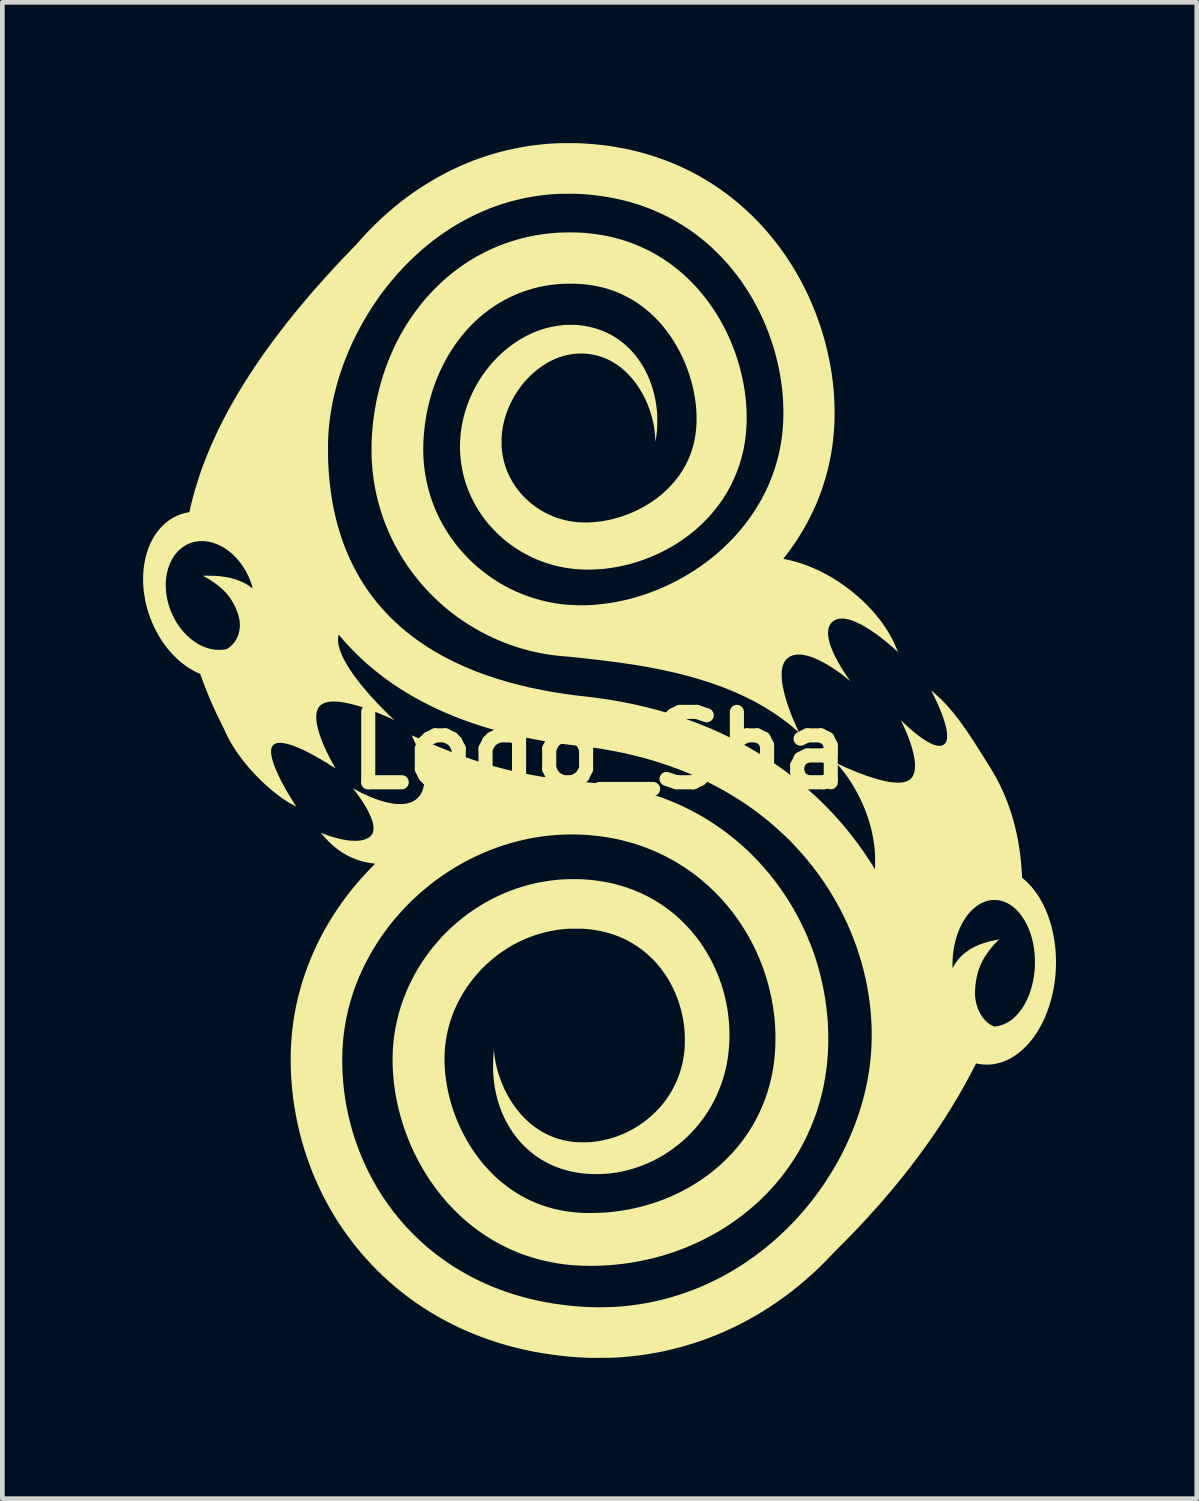
<source format=kicad_pcb>
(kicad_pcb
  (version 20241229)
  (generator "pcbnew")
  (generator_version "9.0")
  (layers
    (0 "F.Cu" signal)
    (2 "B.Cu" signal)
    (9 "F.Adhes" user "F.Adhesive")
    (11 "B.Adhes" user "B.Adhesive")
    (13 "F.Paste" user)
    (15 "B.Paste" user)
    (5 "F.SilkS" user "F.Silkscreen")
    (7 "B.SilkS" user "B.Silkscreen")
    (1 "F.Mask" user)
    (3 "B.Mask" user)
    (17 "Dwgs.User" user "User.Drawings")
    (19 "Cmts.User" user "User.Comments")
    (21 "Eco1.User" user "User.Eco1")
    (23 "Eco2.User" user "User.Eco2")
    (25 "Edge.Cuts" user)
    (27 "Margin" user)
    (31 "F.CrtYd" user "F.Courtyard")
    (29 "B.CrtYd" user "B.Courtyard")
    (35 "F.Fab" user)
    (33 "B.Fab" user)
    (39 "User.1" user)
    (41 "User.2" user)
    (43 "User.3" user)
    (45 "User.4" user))
  (footprint "Logo_Sha"
    (layer "F.Cu")
    (at 9.726 12.943)
    (property "Reference" "Logo_Sha" (at 0 0 0) (layer "F.SilkS") (effects (font (size 1.5 1.5) (thickness 0.3))))
    (attr board_only exclude_from_pos_files exclude_from_bom)
    (fp_poly (pts (xy -0.625 -12.943) (xy -0.601 -12.943) (xy -0.561 -12.943) (xy -0.525 -12.942) (xy -0.494 -12.942) (xy -0.465 -12.941) (xy -0.439 -12.94) (xy -0.414 -12.94) (xy -0.389 -12.939) (xy -0.364 -12.937) (xy -0.338 -12.936) (xy -0.31 -12.934) (xy -0.279 -12.932) (xy -0.263 -12.931) (xy -0.085 -12.917) (xy 0.092 -12.898) (xy 0.267 -12.874) (xy 0.44 -12.844) (xy 0.611 -12.81) (xy 0.78 -12.771) (xy 0.946 -12.727) (xy 1.111 -12.678) (xy 1.274 -12.624) (xy 1.434 -12.565) (xy 1.593 -12.501) (xy 1.748 -12.433) (xy 1.902 -12.359) (xy 2.053 -12.281) (xy 2.163 -12.22) (xy 2.308 -12.134) (xy 2.451 -12.043) (xy 2.591 -11.947) (xy 2.728 -11.848) (xy 2.862 -11.743) (xy 2.993 -11.634) (xy 3.12 -11.521) (xy 3.245 -11.404) (xy 3.365 -11.283) (xy 3.468 -11.174) (xy 3.583 -11.043) (xy 3.695 -10.909) (xy 3.803 -10.771) (xy 3.907 -10.629) (xy 4.007 -10.484) (xy 4.102 -10.335) (xy 4.194 -10.184) (xy 4.281 -10.029) (xy 4.363 -9.871) (xy 4.441 -9.711) (xy 4.458 -9.675) (xy 4.529 -9.514) (xy 4.595 -9.351) (xy 4.657 -9.187) (xy 4.714 -9.021) (xy 4.766 -8.854) (xy 4.813 -8.686) (xy 4.855 -8.517) (xy 4.892 -8.347) (xy 4.925 -8.177) (xy 4.952 -8.007) (xy 4.974 -7.836) (xy 4.991 -7.666) (xy 5.002 -7.495) (xy 5.009 -7.325) (xy 5.01 -7.156) (xy 5.007 -6.988) (xy 4.998 -6.831) (xy 4.984 -6.669) (xy 4.965 -6.507) (xy 4.941 -6.346) (xy 4.911 -6.187) (xy 4.876 -6.029) (xy 4.836 -5.873) (xy 4.79 -5.718) (xy 4.74 -5.565) (xy 4.684 -5.413) (xy 4.624 -5.264) (xy 4.558 -5.116) (xy 4.487 -4.97) (xy 4.412 -4.826) (xy 4.331 -4.684) (xy 4.246 -4.545) (xy 4.155 -4.407) (xy 4.06 -4.272) (xy 4.022 -4.221) (xy 4.007 -4.201) (xy 3.993 -4.182) (xy 3.978 -4.163) (xy 3.965 -4.146) (xy 3.954 -4.131) (xy 3.945 -4.12) (xy 3.942 -4.116) (xy 3.933 -4.105) (xy 3.926 -4.095) (xy 3.921 -4.088) (xy 3.918 -4.084) (xy 3.918 -4.084) (xy 3.921 -4.083) (xy 3.928 -4.081) (xy 3.94 -4.079) (xy 3.954 -4.076) (xy 3.97 -4.072) (xy 3.977 -4.071) (xy 4.091 -4.045) (xy 4.205 -4.015) (xy 4.319 -3.979) (xy 4.433 -3.938) (xy 4.546 -3.892) (xy 4.659 -3.841) (xy 4.771 -3.786) (xy 4.882 -3.726) (xy 4.991 -3.661) (xy 5.099 -3.593) (xy 5.206 -3.52) (xy 5.31 -3.443) (xy 5.412 -3.362) (xy 5.512 -3.277) (xy 5.608 -3.19) (xy 5.696 -3.104) (xy 5.779 -3.017) (xy 5.859 -2.928) (xy 5.934 -2.837) (xy 6.005 -2.746) (xy 6.071 -2.653) (xy 6.132 -2.56) (xy 6.188 -2.466) (xy 6.24 -2.371) (xy 6.286 -2.276) (xy 6.327 -2.182) (xy 6.34 -2.15) (xy 6.345 -2.135) (xy 6.35 -2.122) (xy 6.354 -2.112) (xy 6.357 -2.105) (xy 6.357 -2.102) (xy 6.356 -2.103) (xy 6.35 -2.107) (xy 6.342 -2.114) (xy 6.332 -2.123) (xy 6.32 -2.134) (xy 6.316 -2.137) (xy 6.236 -2.209) (xy 6.156 -2.278) (xy 6.076 -2.343) (xy 5.997 -2.405) (xy 5.919 -2.464) (xy 5.842 -2.518) (xy 5.767 -2.569) (xy 5.694 -2.615) (xy 5.624 -2.657) (xy 5.619 -2.66) (xy 5.6 -2.67) (xy 5.579 -2.681) (xy 5.555 -2.693) (xy 5.53 -2.705) (xy 5.505 -2.717) (xy 5.481 -2.729) (xy 5.459 -2.739) (xy 5.44 -2.747) (xy 5.429 -2.752) (xy 5.377 -2.771) (xy 5.328 -2.786) (xy 5.282 -2.798) (xy 5.238 -2.806) (xy 5.196 -2.81) (xy 5.165 -2.811) (xy 5.124 -2.809) (xy 5.087 -2.804) (xy 5.052 -2.794) (xy 5.021 -2.781) (xy 4.991 -2.763) (xy 4.963 -2.74) (xy 4.953 -2.731) (xy 4.932 -2.708) (xy 4.916 -2.685) (xy 4.902 -2.66) (xy 4.894 -2.642) (xy 4.882 -2.604) (xy 4.874 -2.563) (xy 4.871 -2.519) (xy 4.871 -2.472) (xy 4.877 -2.421) (xy 4.886 -2.368) (xy 4.9 -2.311) (xy 4.917 -2.251) (xy 4.94 -2.189) (xy 4.966 -2.123) (xy 4.996 -2.055) (xy 5.031 -1.984) (xy 5.07 -1.91) (xy 5.109 -1.841) (xy 5.138 -1.792) (xy 5.169 -1.74) (xy 5.202 -1.688) (xy 5.236 -1.636) (xy 5.27 -1.585) (xy 5.304 -1.537) (xy 5.336 -1.492) (xy 5.344 -1.482) (xy 5.351 -1.472) (xy 5.344 -1.478) (xy 5.34 -1.481) (xy 5.332 -1.487) (xy 5.322 -1.496) (xy 5.309 -1.506) (xy 5.296 -1.517) (xy 5.293 -1.519) (xy 5.222 -1.576) (xy 5.15 -1.631) (xy 5.078 -1.683) (xy 5.006 -1.733) (xy 4.934 -1.78) (xy 4.863 -1.823) (xy 4.793 -1.863) (xy 4.725 -1.9) (xy 4.658 -1.932) (xy 4.594 -1.961) (xy 4.532 -1.986) (xy 4.5 -1.997) (xy 4.44 -2.015) (xy 4.383 -2.029) (xy 4.329 -2.039) (xy 4.277 -2.043) (xy 4.228 -2.044) (xy 4.182 -2.04) (xy 4.138 -2.031) (xy 4.117 -2.025) (xy 4.077 -2.01) (xy 4.042 -1.991) (xy 4.01 -1.968) (xy 3.981 -1.941) (xy 3.956 -1.91) (xy 3.935 -1.875) (xy 3.917 -1.836) (xy 3.903 -1.793) (xy 3.892 -1.746) (xy 3.888 -1.721) (xy 3.885 -1.69) (xy 3.883 -1.654) (xy 3.882 -1.615) (xy 3.883 -1.575) (xy 3.885 -1.533) (xy 3.888 -1.492) (xy 3.891 -1.461) (xy 3.902 -1.392) (xy 3.916 -1.319) (xy 3.933 -1.242) (xy 3.953 -1.162) (xy 3.977 -1.079) (xy 4.004 -0.994) (xy 4.034 -0.906) (xy 4.067 -0.816) (xy 4.102 -0.725) (xy 4.141 -0.632) (xy 4.182 -0.538) (xy 4.225 -0.443) (xy 4.237 -0.418) (xy 4.243 -0.405) (xy 4.248 -0.394) (xy 4.252 -0.385) (xy 4.254 -0.38) (xy 4.255 -0.379) (xy 4.253 -0.381) (xy 4.247 -0.385) (xy 4.239 -0.392) (xy 4.229 -0.401) (xy 4.217 -0.412) (xy 4.217 -0.412) (xy 4.114 -0.501) (xy 4.006 -0.589) (xy 3.894 -0.674) (xy 3.777 -0.756) (xy 3.656 -0.836) (xy 3.531 -0.914) (xy 3.403 -0.988) (xy 3.271 -1.06) (xy 3.135 -1.128) (xy 2.999 -1.192) (xy 2.854 -1.256) (xy 2.707 -1.316) (xy 2.556 -1.374) (xy 2.402 -1.429) (xy 2.244 -1.481) (xy 2.082 -1.531) (xy 1.916 -1.578) (xy 1.745 -1.623) (xy 1.715 -1.63) (xy 1.614 -1.655) (xy 1.511 -1.678) (xy 1.408 -1.701) (xy 1.303 -1.723) (xy 1.196 -1.745) (xy 1.086 -1.766) (xy 0.975 -1.786) (xy 0.86 -1.806) (xy 0.743 -1.825) (xy 0.622 -1.843) (xy 0.497 -1.862) (xy 0.369 -1.88) (xy 0.237 -1.897) (xy 0.1 -1.914) (xy -0.042 -1.931) (xy -0.188 -1.948) (xy -0.279 -1.958) (xy -0.305 -1.961) (xy -0.333 -1.964) (xy -0.36 -1.967) (xy -0.387 -1.97) (xy -0.411 -1.973) (xy -0.431 -1.975) (xy -0.441 -1.976) (xy -0.479 -1.98) (xy -0.512 -1.984) (xy -0.541 -1.987) (xy -0.566 -1.99) (xy -0.588 -1.992) (xy -0.607 -1.994) (xy -0.624 -1.995) (xy -0.64 -1.997) (xy -0.654 -1.998) (xy -0.669 -1.999) (xy -0.683 -2) (xy -0.689 -2.001) (xy -0.844 -2.014) (xy -0.996 -2.031) (xy -1.146 -2.054) (xy -1.295 -2.081) (xy -1.441 -2.114) (xy -1.586 -2.151) (xy -1.731 -2.193) (xy -1.874 -2.241) (xy -1.975 -2.277) (xy -2.115 -2.333) (xy -2.254 -2.394) (xy -2.392 -2.459) (xy -2.527 -2.529) (xy -2.66 -2.604) (xy -2.79 -2.683) (xy -2.917 -2.766) (xy -3.04 -2.852) (xy -3.16 -2.943) (xy -3.218 -2.989) (xy -3.322 -3.076) (xy -3.423 -3.166) (xy -3.522 -3.259) (xy -3.617 -3.354) (xy -3.707 -3.45) (xy -3.746 -3.492) (xy -3.846 -3.61) (xy -3.943 -3.73) (xy -4.035 -3.853) (xy -4.122 -3.98) (xy -4.205 -4.108) (xy -4.283 -4.24) (xy -4.357 -4.373) (xy -4.425 -4.509) (xy -4.489 -4.647) (xy -4.548 -4.787) (xy -4.602 -4.929) (xy -4.651 -5.073) (xy -4.694 -5.218) (xy -4.726 -5.335) (xy -4.75 -5.436) (xy -4.771 -5.535) (xy -4.79 -5.632) (xy -4.807 -5.73) (xy -4.821 -5.829) (xy -4.833 -5.93) (xy -4.843 -6.034) (xy -4.851 -6.141) (xy -4.854 -6.195) (xy -4.855 -6.214) (xy -4.856 -6.237) (xy -4.857 -6.264) (xy -4.857 -6.294) (xy -4.857 -6.327) (xy -4.858 -6.362) (xy -4.858 -6.398) (xy -4.858 -6.434) (xy -4.858 -6.47) (xy -4.857 -6.504) (xy -4.857 -6.537) (xy -4.857 -6.568) (xy -4.856 -6.595) (xy -4.855 -6.618) (xy -4.854 -6.635) (xy -4.847 -6.756) (xy -4.837 -6.873) (xy -4.826 -6.986) (xy -4.812 -7.096) (xy -4.797 -7.204) (xy -4.779 -7.312) (xy -4.759 -7.419) (xy -4.737 -7.526) (xy -4.735 -7.534) (xy -4.698 -7.69) (xy -4.657 -7.844) (xy -4.611 -7.995) (xy -4.56 -8.144) (xy -4.506 -8.29) (xy -4.447 -8.434) (xy -4.384 -8.575) (xy -4.317 -8.713) (xy -4.246 -8.848) (xy -4.171 -8.98) (xy -4.092 -9.108) (xy -4.009 -9.234) (xy -3.922 -9.356) (xy -3.832 -9.474) (xy -3.739 -9.59) (xy -3.641 -9.701) (xy -3.541 -9.809) (xy -3.436 -9.913) (xy -3.329 -10.013) (xy -3.218 -10.109) (xy -3.104 -10.201) (xy -2.988 -10.288) (xy -2.868 -10.372) (xy -2.745 -10.451) (xy -2.619 -10.525) (xy -2.49 -10.595) (xy -2.434 -10.624) (xy -2.303 -10.686) (xy -2.17 -10.744) (xy -2.034 -10.796) (xy -1.897 -10.844) (xy -1.757 -10.886) (xy -1.617 -10.924) (xy -1.474 -10.956) (xy -1.331 -10.983) (xy -1.186 -11.005) (xy -1.04 -11.022) (xy -0.942 -11.03) (xy -0.863 -11.035) (xy -0.78 -11.038) (xy -0.696 -11.04) (xy -0.611 -11.04) (xy -0.526 -11.039) (xy -0.444 -11.037) (xy -0.365 -11.033) (xy -0.349 -11.032) (xy -0.206 -11.019) (xy -0.066 -11.002) (xy 0.071 -10.98) (xy 0.206 -10.954) (xy 0.339 -10.922) (xy 0.47 -10.885) (xy 0.598 -10.844) (xy 0.725 -10.798) (xy 0.85 -10.746) (xy 0.973 -10.69) (xy 1.016 -10.669) (xy 1.074 -10.64) (xy 1.127 -10.611) (xy 1.179 -10.583) (xy 1.229 -10.554) (xy 1.28 -10.523) (xy 1.333 -10.491) (xy 1.334 -10.49) (xy 1.447 -10.415) (xy 1.557 -10.335) (xy 1.665 -10.251) (xy 1.769 -10.163) (xy 1.871 -10.07) (xy 1.969 -9.973) (xy 2.065 -9.872) (xy 2.157 -9.767) (xy 2.245 -9.658) (xy 2.33 -9.546) (xy 2.411 -9.43) (xy 2.489 -9.311) (xy 2.563 -9.188) (xy 2.633 -9.063) (xy 2.699 -8.934) (xy 2.761 -8.802) (xy 2.818 -8.668) (xy 2.872 -8.531) (xy 2.884 -8.497) (xy 2.93 -8.363) (xy 2.972 -8.227) (xy 3.008 -8.091) (xy 3.041 -7.955) (xy 3.069 -7.818) (xy 3.092 -7.681) (xy 3.11 -7.545) (xy 3.123 -7.409) (xy 3.132 -7.275) (xy 3.136 -7.141) (xy 3.136 -7.008) (xy 3.13 -6.877) (xy 3.12 -6.747) (xy 3.105 -6.62) (xy 3.09 -6.524) (xy 3.066 -6.398) (xy 3.036 -6.273) (xy 3.001 -6.15) (xy 2.962 -6.029) (xy 2.917 -5.909) (xy 2.867 -5.792) (xy 2.813 -5.677) (xy 2.753 -5.564) (xy 2.689 -5.453) (xy 2.62 -5.346) (xy 2.547 -5.241) (xy 2.468 -5.139) (xy 2.397 -5.053) (xy 2.379 -5.031) (xy 2.361 -5.012) (xy 2.345 -4.993) (xy 2.328 -4.975) (xy 2.311 -4.957) (xy 2.293 -4.938) (xy 2.272 -4.917) (xy 2.249 -4.893) (xy 2.23 -4.874) (xy 2.18 -4.825) (xy 2.132 -4.779) (xy 2.085 -4.736) (xy 2.037 -4.695) (xy 1.989 -4.655) (xy 1.938 -4.614) (xy 1.884 -4.573) (xy 1.875 -4.566) (xy 1.766 -4.487) (xy 1.653 -4.412) (xy 1.536 -4.342) (xy 1.417 -4.276) (xy 1.295 -4.214) (xy 1.171 -4.157) (xy 1.045 -4.104) (xy 0.917 -4.056) (xy 0.787 -4.013) (xy 0.655 -3.975) (xy 0.523 -3.942) (xy 0.39 -3.914) (xy 0.255 -3.891) (xy 0.121 -3.873) (xy 0.082 -3.869) (xy 0.035 -3.865) (xy -0.015 -3.862) (xy -0.068 -3.859) (xy -0.123 -3.857) (xy -0.178 -3.855) (xy -0.232 -3.854) (xy -0.285 -3.854) (xy -0.334 -3.855) (xy -0.38 -3.856) (xy -0.391 -3.857) (xy -0.515 -3.865) (xy -0.637 -3.88) (xy -0.759 -3.899) (xy -0.878 -3.923) (xy -0.997 -3.953) (xy -1.113 -3.987) (xy -1.228 -4.027) (xy -1.34 -4.072) (xy -1.451 -4.121) (xy -1.559 -4.176) (xy -1.666 -4.236) (xy -1.769 -4.3) (xy -1.871 -4.369) (xy -1.96 -4.435) (xy -2.028 -4.49) (xy -2.096 -4.55) (xy -2.164 -4.612) (xy -2.23 -4.677) (xy -2.277 -4.727) (xy -2.356 -4.814) (xy -2.43 -4.905) (xy -2.5 -4.999) (xy -2.565 -5.096) (xy -2.626 -5.196) (xy -2.683 -5.299) (xy -2.735 -5.403) (xy -2.782 -5.51) (xy -2.824 -5.618) (xy -2.86 -5.728) (xy -2.864 -5.741) (xy -2.896 -5.854) (xy -2.922 -5.968) (xy -2.942 -6.083) (xy -2.958 -6.198) (xy -2.968 -6.314) (xy -2.973 -6.431) (xy -2.972 -6.547) (xy -2.966 -6.664) (xy -2.955 -6.781) (xy -2.938 -6.897) (xy -2.916 -7.013) (xy -2.893 -7.113) (xy -2.86 -7.232) (xy -2.822 -7.348) (xy -2.779 -7.462) (xy -2.731 -7.574) (xy -2.679 -7.683) (xy -2.621 -7.79) (xy -2.559 -7.895) (xy -2.491 -7.998) (xy -2.419 -8.098) (xy -2.342 -8.195) (xy -2.288 -8.259) (xy -2.27 -8.278) (xy -2.249 -8.301) (xy -2.226 -8.325) (xy -2.201 -8.351) (xy -2.175 -8.378) (xy -2.148 -8.404) (xy -2.122 -8.429) (xy -2.098 -8.453) (xy -2.075 -8.474) (xy -2.055 -8.492) (xy -2.052 -8.494) (xy -1.964 -8.568) (xy -1.874 -8.638) (xy -1.781 -8.702) (xy -1.688 -8.761) (xy -1.593 -8.816) (xy -1.496 -8.865) (xy -1.398 -8.909) (xy -1.299 -8.948) (xy -1.198 -8.982) (xy -1.097 -9.01) (xy -0.994 -9.033) (xy -0.891 -9.051) (xy -0.787 -9.064) (xy -0.739 -9.068) (xy -0.721 -9.069) (xy -0.699 -9.069) (xy -0.674 -9.07) (xy -0.646 -9.07) (xy -0.617 -9.07) (xy -0.588 -9.07) (xy -0.561 -9.07) (xy -0.535 -9.07) (xy -0.512 -9.069) (xy -0.493 -9.068) (xy -0.49 -9.068) (xy -0.389 -9.058) (xy -0.29 -9.043) (xy -0.193 -9.023) (xy -0.099 -8.999) (xy -0.007 -8.969) (xy 0.083 -8.935) (xy 0.17 -8.896) (xy 0.255 -8.852) (xy 0.337 -8.803) (xy 0.417 -8.749) (xy 0.494 -8.691) (xy 0.567 -8.629) (xy 0.638 -8.562) (xy 0.704 -8.491) (xy 0.768 -8.417) (xy 0.827 -8.338) (xy 0.883 -8.257) (xy 0.935 -8.172) (xy 0.983 -8.083) (xy 1.028 -7.992) (xy 1.068 -7.898) (xy 1.104 -7.802) (xy 1.136 -7.703) (xy 1.163 -7.601) (xy 1.186 -7.498) (xy 1.205 -7.392) (xy 1.219 -7.285) (xy 1.222 -7.262) (xy 1.224 -7.231) (xy 1.227 -7.202) (xy 1.229 -7.176) (xy 1.23 -7.149) (xy 1.231 -7.122) (xy 1.232 -7.093) (xy 1.232 -7.061) (xy 1.232 -7.028) (xy 1.231 -6.931) (xy 1.226 -6.839) (xy 1.218 -6.749) (xy 1.206 -6.662) (xy 1.196 -6.604) (xy 1.191 -6.577) (xy 1.189 -6.626) (xy 1.186 -6.691) (xy 1.181 -6.753) (xy 1.174 -6.813) (xy 1.166 -6.874) (xy 1.162 -6.9) (xy 1.142 -7) (xy 1.118 -7.1) (xy 1.089 -7.199) (xy 1.056 -7.296) (xy 1.018 -7.392) (xy 0.976 -7.485) (xy 0.931 -7.576) (xy 0.881 -7.664) (xy 0.828 -7.749) (xy 0.772 -7.829) (xy 0.712 -7.906) (xy 0.651 -7.977) (xy 0.587 -8.044) (xy 0.521 -8.106) (xy 0.452 -8.163) (xy 0.381 -8.215) (xy 0.309 -8.262) (xy 0.234 -8.305) (xy 0.158 -8.342) (xy 0.08 -8.374) (xy -0.000308 -8.402) (xy -0.01 -8.404) (xy -0.092 -8.426) (xy -0.176 -8.442) (xy -0.26 -8.453) (xy -0.345 -8.459) (xy -0.429 -8.459) (xy -0.514 -8.454) (xy -0.599 -8.444) (xy -0.683 -8.429) (xy -0.766 -8.408) (xy -0.849 -8.381) (xy -0.876 -8.372) (xy -0.96 -8.338) (xy -1.042 -8.298) (xy -1.123 -8.254) (xy -1.202 -8.205) (xy -1.278 -8.152) (xy -1.352 -8.094) (xy -1.424 -8.033) (xy -1.493 -7.967) (xy -1.56 -7.898) (xy -1.623 -7.825) (xy -1.683 -7.749) (xy -1.739 -7.669) (xy -1.793 -7.587) (xy -1.842 -7.502) (xy -1.888 -7.414) (xy -1.929 -7.324) (xy -1.966 -7.232) (xy -1.996 -7.147) (xy -2.023 -7.056) (xy -2.046 -6.965) (xy -2.063 -6.873) (xy -2.077 -6.778) (xy -2.084 -6.705) (xy -2.085 -6.688) (xy -2.086 -6.667) (xy -2.087 -6.642) (xy -2.087 -6.615) (xy -2.087 -6.587) (xy -2.087 -6.558) (xy -2.087 -6.53) (xy -2.087 -6.504) (xy -2.086 -6.48) (xy -2.085 -6.46) (xy -2.084 -6.446) (xy -2.073 -6.349) (xy -2.057 -6.254) (xy -2.037 -6.161) (xy -2.011 -6.07) (xy -1.98 -5.982) (xy -1.944 -5.895) (xy -1.903 -5.81) (xy -1.857 -5.728) (xy -1.808 -5.649) (xy -1.752 -5.571) (xy -1.692 -5.495) (xy -1.628 -5.424) (xy -1.561 -5.356) (xy -1.489 -5.291) (xy -1.415 -5.231) (xy -1.337 -5.174) (xy -1.256 -5.122) (xy -1.172 -5.074) (xy -1.085 -5.031) (xy -0.997 -4.992) (xy -0.905 -4.957) (xy -0.812 -4.928) (xy -0.717 -4.903) (xy -0.711 -4.902) (xy -0.618 -4.884) (xy -0.524 -4.87) (xy -0.427 -4.862) (xy -0.328 -4.858) (xy -0.227 -4.859) (xy -0.125 -4.865) (xy -0.021 -4.875) (xy 0.084 -4.89) (xy 0.19 -4.91) (xy 0.297 -4.935) (xy 0.298 -4.936) (xy 0.409 -4.966) (xy 0.517 -5.002) (xy 0.624 -5.041) (xy 0.729 -5.085) (xy 0.831 -5.134) (xy 0.93 -5.186) (xy 1.026 -5.242) (xy 1.12 -5.302) (xy 1.21 -5.366) (xy 1.296 -5.434) (xy 1.379 -5.504) (xy 1.458 -5.578) (xy 1.532 -5.656) (xy 1.586 -5.716) (xy 1.652 -5.798) (xy 1.714 -5.883) (xy 1.771 -5.971) (xy 1.823 -6.06) (xy 1.87 -6.153) (xy 1.913 -6.247) (xy 1.95 -6.343) (xy 1.982 -6.442) (xy 2.009 -6.542) (xy 2.031 -6.645) (xy 2.048 -6.749) (xy 2.06 -6.855) (xy 2.06 -6.856) (xy 2.067 -6.963) (xy 2.069 -7.073) (xy 2.067 -7.184) (xy 2.06 -7.297) (xy 2.048 -7.412) (xy 2.031 -7.527) (xy 2.01 -7.643) (xy 1.985 -7.759) (xy 1.955 -7.875) (xy 1.949 -7.896) (xy 1.91 -8.021) (xy 1.867 -8.144) (xy 1.82 -8.264) (xy 1.767 -8.382) (xy 1.711 -8.497) (xy 1.65 -8.609) (xy 1.585 -8.718) (xy 1.516 -8.824) (xy 1.443 -8.926) (xy 1.365 -9.025) (xy 1.29 -9.114) (xy 1.273 -9.132) (xy 1.254 -9.153) (xy 1.232 -9.176) (xy 1.208 -9.2) (xy 1.183 -9.225) (xy 1.158 -9.25) (xy 1.133 -9.273) (xy 1.11 -9.296) (xy 1.089 -9.316) (xy 1.07 -9.333) (xy 1.066 -9.336) (xy 0.976 -9.411) (xy 0.884 -9.482) (xy 0.789 -9.547) (xy 0.692 -9.608) (xy 0.593 -9.663) (xy 0.492 -9.714) (xy 0.389 -9.759) (xy 0.283 -9.8) (xy 0.175 -9.836) (xy 0.065 -9.866) (xy -0.048 -9.892) (xy -0.162 -9.913) (xy -0.211 -9.92) (xy -0.251 -9.926) (xy -0.289 -9.93) (xy -0.324 -9.934) (xy -0.359 -9.937) (xy -0.394 -9.94) (xy -0.43 -9.942) (xy -0.467 -9.944) (xy -0.506 -9.945) (xy -0.549 -9.946) (xy -0.596 -9.946) (xy -0.624 -9.946) (xy -0.66 -9.946) (xy -0.692 -9.946) (xy -0.721 -9.946) (xy -0.746 -9.945) (xy -0.768 -9.945) (xy -0.79 -9.944) (xy -0.81 -9.943) (xy -0.831 -9.942) (xy -0.852 -9.94) (xy -0.875 -9.938) (xy -0.901 -9.936) (xy -0.912 -9.935) (xy -1.036 -9.921) (xy -1.159 -9.902) (xy -1.281 -9.878) (xy -1.401 -9.848) (xy -1.52 -9.813) (xy -1.637 -9.774) (xy -1.752 -9.73) (xy -1.864 -9.68) (xy -1.975 -9.626) (xy -2.051 -9.585) (xy -2.16 -9.522) (xy -2.265 -9.453) (xy -2.368 -9.381) (xy -2.468 -9.303) (xy -2.565 -9.222) (xy -2.658 -9.136) (xy -2.749 -9.046) (xy -2.836 -8.952) (xy -2.92 -8.854) (xy -3 -8.752) (xy -3.077 -8.647) (xy -3.15 -8.538) (xy -3.22 -8.425) (xy -3.285 -8.308) (xy -3.347 -8.188) (xy -3.406 -8.065) (xy -3.46 -7.939) (xy -3.488 -7.867) (xy -3.536 -7.736) (xy -3.579 -7.602) (xy -3.618 -7.465) (xy -3.652 -7.326) (xy -3.682 -7.185) (xy -3.706 -7.043) (xy -3.726 -6.9) (xy -3.731 -6.853) (xy -3.742 -6.744) (xy -3.75 -6.634) (xy -3.754 -6.526) (xy -3.756 -6.419) (xy -3.755 -6.315) (xy -3.75 -6.214) (xy -3.746 -6.157) (xy -3.733 -6.023) (xy -3.715 -5.891) (xy -3.691 -5.759) (xy -3.662 -5.63) (xy -3.628 -5.502) (xy -3.589 -5.375) (xy -3.544 -5.25) (xy -3.495 -5.127) (xy -3.44 -5.005) (xy -3.416 -4.956) (xy -3.354 -4.838) (xy -3.287 -4.722) (xy -3.216 -4.609) (xy -3.141 -4.5) (xy -3.061 -4.393) (xy -2.977 -4.29) (xy -2.889 -4.19) (xy -2.797 -4.093) (xy -2.701 -4) (xy -2.602 -3.911) (xy -2.498 -3.826) (xy -2.391 -3.744) (xy -2.281 -3.667) (xy -2.167 -3.594) (xy -2.122 -3.566) (xy -2.004 -3.499) (xy -1.884 -3.437) (xy -1.762 -3.38) (xy -1.637 -3.328) (xy -1.511 -3.281) (xy -1.383 -3.239) (xy -1.253 -3.202) (xy -1.121 -3.171) (xy -0.989 -3.145) (xy -0.941 -3.136) (xy -0.819 -3.119) (xy -0.696 -3.106) (xy -0.572 -3.098) (xy -0.445 -3.094) (xy -0.317 -3.094) (xy -0.186 -3.099) (xy -0.076 -3.107) (xy 0.072 -3.122) (xy 0.22 -3.142) (xy 0.368 -3.167) (xy 0.515 -3.198) (xy 0.661 -3.233) (xy 0.807 -3.274) (xy 0.952 -3.32) (xy 1.096 -3.371) (xy 1.238 -3.426) (xy 1.378 -3.486) (xy 1.517 -3.551) (xy 1.654 -3.62) (xy 1.788 -3.694) (xy 1.921 -3.772) (xy 2.05 -3.855) (xy 2.177 -3.941) (xy 2.301 -4.032) (xy 2.422 -4.127) (xy 2.488 -4.182) (xy 2.524 -4.213) (xy 2.561 -4.246) (xy 2.601 -4.282) (xy 2.641 -4.32) (xy 2.683 -4.359) (xy 2.723 -4.398) (xy 2.763 -4.437) (xy 2.801 -4.476) (xy 2.837 -4.512) (xy 2.869 -4.547) (xy 2.891 -4.57) (xy 2.991 -4.684) (xy 3.086 -4.8) (xy 3.175 -4.918) (xy 3.26 -5.038) (xy 3.34 -5.161) (xy 3.414 -5.285) (xy 3.484 -5.411) (xy 3.548 -5.539) (xy 3.608 -5.669) (xy 3.662 -5.801) (xy 3.681 -5.852) (xy 3.728 -5.985) (xy 3.77 -6.12) (xy 3.806 -6.255) (xy 3.838 -6.392) (xy 3.864 -6.53) (xy 3.885 -6.67) (xy 3.901 -6.811) (xy 3.912 -6.954) (xy 3.918 -7.099) (xy 3.919 -7.246) (xy 3.915 -7.395) (xy 3.91 -7.492) (xy 3.897 -7.649) (xy 3.879 -7.807) (xy 3.855 -7.964) (xy 3.827 -8.121) (xy 3.793 -8.277) (xy 3.754 -8.432) (xy 3.71 -8.587) (xy 3.66 -8.739) (xy 3.607 -8.891) (xy 3.548 -9.04) (xy 3.484 -9.188) (xy 3.416 -9.334) (xy 3.343 -9.477) (xy 3.266 -9.617) (xy 3.19 -9.745) (xy 3.105 -9.878) (xy 3.017 -10.007) (xy 2.924 -10.133) (xy 2.828 -10.255) (xy 2.728 -10.374) (xy 2.624 -10.488) (xy 2.517 -10.598) (xy 2.407 -10.704) (xy 2.293 -10.806) (xy 2.176 -10.904) (xy 2.055 -10.997) (xy 1.995 -11.042) (xy 1.871 -11.128) (xy 1.744 -11.209) (xy 1.614 -11.286) (xy 1.482 -11.358) (xy 1.347 -11.426) (xy 1.209 -11.488) (xy 1.069 -11.546) (xy 0.926 -11.6) (xy 0.781 -11.648) (xy 0.633 -11.692) (xy 0.483 -11.73) (xy 0.331 -11.764) (xy 0.176 -11.793) (xy 0.02 -11.818) (xy -0.139 -11.837) (xy -0.203 -11.843) (xy -0.252 -11.848) (xy -0.298 -11.851) (xy -0.341 -11.855) (xy -0.382 -11.857) (xy -0.423 -11.859) (xy -0.464 -11.861) (xy -0.506 -11.862) (xy -0.551 -11.863) (xy -0.599 -11.863) (xy -0.651 -11.864) (xy -0.663 -11.864) (xy -0.718 -11.863) (xy -0.767 -11.863) (xy -0.813 -11.862) (xy -0.857 -11.861) (xy -0.899 -11.86) (xy -0.939 -11.857) (xy -0.98 -11.855) (xy -1.022 -11.852) (xy -1.066 -11.848) (xy -1.105 -11.845) (xy -1.261 -11.827) (xy -1.417 -11.804) (xy -1.572 -11.776) (xy -1.725 -11.742) (xy -1.878 -11.704) (xy -2.029 -11.66) (xy -2.178 -11.61) (xy -2.327 -11.556) (xy -2.473 -11.496) (xy -2.619 -11.431) (xy -2.762 -11.361) (xy -2.904 -11.286) (xy -3.006 -11.228) (xy -3.147 -11.143) (xy -3.285 -11.053) (xy -3.421 -10.958) (xy -3.555 -10.859) (xy -3.686 -10.754) (xy -3.814 -10.645) (xy -3.939 -10.531) (xy -4.062 -10.413) (xy -4.182 -10.29) (xy -4.3 -10.163) (xy -4.311 -10.15) (xy -4.425 -10.017) (xy -4.537 -9.88) (xy -4.644 -9.739) (xy -4.747 -9.595) (xy -4.846 -9.447) (xy -4.941 -9.296) (xy -5.032 -9.143) (xy -5.118 -8.986) (xy -5.2 -8.828) (xy -5.277 -8.667) (xy -5.333 -8.542) (xy -5.399 -8.383) (xy -5.459 -8.224) (xy -5.515 -8.065) (xy -5.566 -7.905) (xy -5.611 -7.744) (xy -5.652 -7.584) (xy -5.687 -7.424) (xy -5.717 -7.264) (xy -5.741 -7.104) (xy -5.761 -6.944) (xy -5.775 -6.786) (xy -5.783 -6.639) (xy -5.783 -6.618) (xy -5.784 -6.593) (xy -5.784 -6.563) (xy -5.785 -6.53) (xy -5.785 -6.494) (xy -5.785 -6.457) (xy -5.785 -6.419) (xy -5.785 -6.38) (xy -5.785 -6.342) (xy -5.785 -6.305) (xy -5.785 -6.27) (xy -5.784 -6.238) (xy -5.784 -6.209) (xy -5.783 -6.184) (xy -5.783 -6.178) (xy -5.774 -5.998) (xy -5.761 -5.822) (xy -5.743 -5.648) (xy -5.721 -5.478) (xy -5.695 -5.311) (xy -5.664 -5.147) (xy -5.628 -4.986) (xy -5.589 -4.828) (xy -5.544 -4.674) (xy -5.495 -4.522) (xy -5.442 -4.373) (xy -5.384 -4.228) (xy -5.322 -4.085) (xy -5.255 -3.946) (xy -5.184 -3.81) (xy -5.108 -3.676) (xy -5.028 -3.546) (xy -5 -3.503) (xy -4.915 -3.379) (xy -4.826 -3.259) (xy -4.733 -3.141) (xy -4.634 -3.026) (xy -4.532 -2.914) (xy -4.425 -2.805) (xy -4.366 -2.749) (xy -4.254 -2.646) (xy -4.138 -2.547) (xy -4.017 -2.451) (xy -3.892 -2.358) (xy -3.762 -2.268) (xy -3.629 -2.181) (xy -3.491 -2.097) (xy -3.349 -2.017) (xy -3.202 -1.94) (xy -3.052 -1.866) (xy -2.898 -1.795) (xy -2.74 -1.728) (xy -2.578 -1.664) (xy -2.412 -1.604) (xy -2.242 -1.547) (xy -2.224 -1.541) (xy -2.081 -1.497) (xy -1.937 -1.455) (xy -1.792 -1.416) (xy -1.646 -1.379) (xy -1.497 -1.344) (xy -1.346 -1.311) (xy -1.192 -1.281) (xy -1.035 -1.252) (xy -0.874 -1.226) (xy -0.71 -1.201) (xy -0.541 -1.178) (xy -0.367 -1.157) (xy -0.335 -1.154) (xy -0.237 -1.142) (xy -0.143 -1.131) (xy -0.053 -1.119) (xy 0.034 -1.107) (xy 0.118 -1.095) (xy 0.2 -1.083) (xy 0.281 -1.069) (xy 0.362 -1.055) (xy 0.444 -1.041) (xy 0.527 -1.025) (xy 0.575 -1.016) (xy 0.789 -0.971) (xy 1.002 -0.921) (xy 1.212 -0.867) (xy 1.419 -0.808) (xy 1.623 -0.745) (xy 1.825 -0.677) (xy 2.024 -0.605) (xy 2.22 -0.528) (xy 2.413 -0.447) (xy 2.603 -0.362) (xy 2.79 -0.272) (xy 2.974 -0.178) (xy 3.155 -0.079) (xy 3.332 0.024) (xy 3.475 0.111) (xy 3.644 0.22) (xy 3.811 0.334) (xy 3.973 0.451) (xy 4.132 0.572) (xy 4.287 0.697) (xy 4.438 0.826) (xy 4.586 0.959) (xy 4.729 1.095) (xy 4.869 1.235) (xy 5.004 1.378) (xy 5.136 1.525) (xy 5.263 1.675) (xy 5.386 1.829) (xy 5.505 1.986) (xy 5.619 2.146) (xy 5.715 2.288) (xy 5.73 2.311) (xy 5.747 2.336) (xy 5.764 2.363) (xy 5.781 2.389) (xy 5.798 2.416) (xy 5.814 2.441) (xy 5.828 2.465) (xy 5.841 2.486) (xy 5.852 2.504) (xy 5.857 2.511) (xy 5.869 2.532) (xy 5.871 2.506) (xy 5.872 2.495) (xy 5.872 2.479) (xy 5.873 2.459) (xy 5.873 2.435) (xy 5.873 2.41) (xy 5.874 2.382) (xy 5.874 2.353) (xy 5.874 2.324) (xy 5.873 2.296) (xy 5.873 2.269) (xy 5.873 2.243) (xy 5.872 2.22) (xy 5.872 2.201) (xy 5.871 2.185) (xy 5.871 2.179) (xy 5.86 2.063) (xy 5.845 1.95) (xy 5.826 1.839) (xy 5.804 1.729) (xy 5.777 1.62) (xy 5.745 1.51) (xy 5.724 1.442) (xy 5.685 1.332) (xy 5.643 1.223) (xy 5.596 1.115) (xy 5.546 1.008) (xy 5.492 0.903) (xy 5.435 0.8) (xy 5.375 0.701) (xy 5.312 0.604) (xy 5.246 0.511) (xy 5.178 0.422) (xy 5.109 0.338) (xy 5.075 0.3) (xy 5.066 0.29) (xy 5.058 0.281) (xy 5.053 0.275) (xy 5.05 0.271) (xy 5.05 0.271) (xy 5.051 0.271) (xy 5.053 0.271) (xy 5.058 0.273) (xy 5.066 0.277) (xy 5.077 0.282) (xy 5.092 0.289) (xy 5.111 0.298) (xy 5.19 0.335) (xy 5.269 0.372) (xy 5.35 0.406) (xy 5.43 0.44) (xy 5.51 0.472) (xy 5.59 0.502) (xy 5.668 0.531) (xy 5.745 0.557) (xy 5.819 0.581) (xy 5.892 0.603) (xy 5.961 0.623) (xy 6.028 0.64) (xy 6.09 0.654) (xy 6.149 0.666) (xy 6.151 0.666) (xy 6.196 0.673) (xy 6.241 0.679) (xy 6.285 0.683) (xy 6.326 0.686) (xy 6.366 0.687) (xy 6.401 0.686) (xy 6.431 0.684) (xy 6.477 0.677) (xy 6.518 0.668) (xy 6.556 0.654) (xy 6.589 0.637) (xy 6.618 0.617) (xy 6.644 0.593) (xy 6.666 0.565) (xy 6.684 0.533) (xy 6.699 0.497) (xy 6.711 0.456) (xy 6.717 0.426) (xy 6.72 0.405) (xy 6.722 0.379) (xy 6.724 0.35) (xy 6.724 0.32) (xy 6.723 0.289) (xy 6.722 0.26) (xy 6.72 0.232) (xy 6.719 0.226) (xy 6.708 0.154) (xy 6.693 0.078) (xy 6.674 -0.001) (xy 6.651 -0.083) (xy 6.623 -0.168) (xy 6.592 -0.257) (xy 6.556 -0.348) (xy 6.516 -0.443) (xy 6.472 -0.54) (xy 6.445 -0.597) (xy 6.423 -0.643) (xy 6.467 -0.602) (xy 6.535 -0.538) (xy 6.601 -0.478) (xy 6.665 -0.423) (xy 6.726 -0.371) (xy 6.786 -0.324) (xy 6.843 -0.282) (xy 6.898 -0.244) (xy 6.903 -0.241) (xy 6.956 -0.207) (xy 7.006 -0.178) (xy 7.054 -0.153) (xy 7.098 -0.133) (xy 7.14 -0.117) (xy 7.179 -0.106) (xy 7.215 -0.1) (xy 7.248 -0.098) (xy 7.278 -0.101) (xy 7.306 -0.108) (xy 7.331 -0.12) (xy 7.353 -0.137) (xy 7.357 -0.141) (xy 7.373 -0.159) (xy 7.385 -0.179) (xy 7.395 -0.203) (xy 7.401 -0.223) (xy 7.403 -0.231) (xy 7.405 -0.238) (xy 7.406 -0.246) (xy 7.407 -0.255) (xy 7.407 -0.266) (xy 7.407 -0.28) (xy 7.407 -0.299) (xy 7.407 -0.312) (xy 7.407 -0.336) (xy 7.407 -0.356) (xy 7.406 -0.373) (xy 7.405 -0.387) (xy 7.404 -0.4) (xy 7.403 -0.407) (xy 7.39 -0.473) (xy 7.373 -0.543) (xy 7.352 -0.616) (xy 7.327 -0.692) (xy 7.298 -0.773) (xy 7.265 -0.857) (xy 7.228 -0.944) (xy 7.187 -1.035) (xy 7.142 -1.13) (xy 7.113 -1.189) (xy 7.103 -1.208) (xy 7.094 -1.226) (xy 7.086 -1.241) (xy 7.08 -1.254) (xy 7.075 -1.263) (xy 7.072 -1.269) (xy 7.072 -1.27) (xy 7.072 -1.271) (xy 7.075 -1.27) (xy 7.082 -1.265) (xy 7.093 -1.257) (xy 7.107 -1.246) (xy 7.112 -1.242) (xy 7.173 -1.19) (xy 7.235 -1.134) (xy 7.298 -1.074) (xy 7.361 -1.008) (xy 7.425 -0.938) (xy 7.49 -0.863) (xy 7.556 -0.783) (xy 7.623 -0.697) (xy 7.66 -0.65) (xy 7.687 -0.612) (xy 7.715 -0.575) (xy 7.742 -0.538) (xy 7.769 -0.499) (xy 7.797 -0.46) (xy 7.825 -0.419) (xy 7.854 -0.377) (xy 7.883 -0.333) (xy 7.914 -0.287) (xy 7.946 -0.238) (xy 7.98 -0.186) (xy 8.015 -0.132) (xy 8.052 -0.073) (xy 8.092 -0.011) (xy 8.133 0.055) (xy 8.177 0.125) (xy 8.182 0.132) (xy 8.2 0.161) (xy 8.218 0.19) (xy 8.235 0.217) (xy 8.251 0.243) (xy 8.266 0.267) (xy 8.28 0.288) (xy 8.291 0.307) (xy 8.301 0.323) (xy 8.308 0.334) (xy 8.313 0.341) (xy 8.369 0.432) (xy 8.424 0.528) (xy 8.478 0.627) (xy 8.53 0.729) (xy 8.579 0.831) (xy 8.602 0.883) (xy 8.662 1.024) (xy 8.717 1.169) (xy 8.768 1.316) (xy 8.813 1.466) (xy 8.854 1.618) (xy 8.89 1.773) (xy 8.922 1.931) (xy 8.948 2.091) (xy 8.97 2.253) (xy 8.987 2.419) (xy 9 2.587) (xy 9.002 2.622) (xy 9.006 2.713) (xy 9.032 2.734) (xy 9.095 2.789) (xy 9.155 2.849) (xy 9.213 2.913) (xy 9.269 2.982) (xy 9.322 3.056) (xy 9.372 3.133) (xy 9.419 3.214) (xy 9.464 3.3) (xy 9.505 3.388) (xy 9.544 3.481) (xy 9.579 3.576) (xy 9.585 3.595) (xy 9.62 3.706) (xy 9.649 3.819) (xy 9.674 3.934) (xy 9.695 4.05) (xy 9.71 4.168) (xy 9.721 4.287) (xy 9.727 4.406) (xy 9.729 4.526) (xy 9.726 4.646) (xy 9.719 4.765) (xy 9.707 4.884) (xy 9.69 5.003) (xy 9.669 5.12) (xy 9.644 5.235) (xy 9.614 5.349) (xy 9.579 5.461) (xy 9.54 5.571) (xy 9.497 5.678) (xy 9.451 5.779) (xy 9.406 5.866) (xy 9.359 5.95) (xy 9.309 6.03) (xy 9.257 6.106) (xy 9.202 6.177) (xy 9.146 6.245) (xy 9.087 6.308) (xy 9.026 6.367) (xy 8.964 6.421) (xy 8.9 6.471) (xy 8.835 6.516) (xy 8.768 6.557) (xy 8.7 6.592) (xy 8.63 6.623) (xy 8.56 6.648) (xy 8.488 6.668) (xy 8.416 6.683) (xy 8.383 6.688) (xy 8.326 6.694) (xy 8.267 6.696) (xy 8.208 6.695) (xy 8.149 6.691) (xy 8.092 6.683) (xy 8.056 6.676) (xy 8.045 6.674) (xy 8.036 6.672) (xy 8.03 6.671) (xy 8.028 6.671) (xy 8.026 6.673) (xy 8.022 6.68) (xy 8.016 6.69) (xy 8.009 6.704) (xy 8 6.72) (xy 7.99 6.739) (xy 7.981 6.757) (xy 7.868 6.973) (xy 7.749 7.188) (xy 7.626 7.403) (xy 7.497 7.617) (xy 7.362 7.831) (xy 7.223 8.045) (xy 7.079 8.257) (xy 6.929 8.469) (xy 6.775 8.679) (xy 6.615 8.889) (xy 6.451 9.098) (xy 6.397 9.164) (xy 6.234 9.362) (xy 6.067 9.559) (xy 5.894 9.756) (xy 5.718 9.951) (xy 5.538 10.145) (xy 5.355 10.336) (xy 5.17 10.524) (xy 5.12 10.573) (xy 5.097 10.597) (xy 5.072 10.621) (xy 5.047 10.647) (xy 5.021 10.673) (xy 4.997 10.698) (xy 4.974 10.722) (xy 4.954 10.743) (xy 4.938 10.759) (xy 4.805 10.898) (xy 4.669 11.033) (xy 4.528 11.164) (xy 4.384 11.291) (xy 4.237 11.414) (xy 4.087 11.534) (xy 3.934 11.649) (xy 3.778 11.759) (xy 3.619 11.866) (xy 3.459 11.967) (xy 3.295 12.064) (xy 3.13 12.156) (xy 2.963 12.243) (xy 2.825 12.31) (xy 2.651 12.39) (xy 2.476 12.464) (xy 2.3 12.532) (xy 2.121 12.596) (xy 1.942 12.654) (xy 1.761 12.707) (xy 1.578 12.755) (xy 1.395 12.798) (xy 1.21 12.835) (xy 1.024 12.867) (xy 0.837 12.894) (xy 0.649 12.915) (xy 0.46 12.931) (xy 0.455 12.931) (xy 0.419 12.934) (xy 0.386 12.936) (xy 0.355 12.938) (xy 0.325 12.939) (xy 0.296 12.941) (xy 0.266 12.942) (xy 0.236 12.943) (xy 0.204 12.943) (xy 0.17 12.944) (xy 0.132 12.944) (xy 0.091 12.945) (xy 0.046 12.945) (xy 0.03 12.945) (xy -0.004 12.945) (xy -0.036 12.945) (xy -0.067 12.945) (xy -0.096 12.945) (xy -0.122 12.945) (xy -0.146 12.945) (xy -0.166 12.945) (xy -0.181 12.945) (xy -0.193 12.945) (xy -0.199 12.945) (xy -0.276 12.942) (xy -0.348 12.938) (xy -0.416 12.935) (xy -0.482 12.931) (xy -0.546 12.926) (xy -0.608 12.921) (xy -0.67 12.916) (xy -0.732 12.91) (xy -0.796 12.903) (xy -0.823 12.9) (xy -1.02 12.875) (xy -1.215 12.846) (xy -1.407 12.811) (xy -1.597 12.772) (xy -1.785 12.727) (xy -1.971 12.678) (xy -2.154 12.624) (xy -2.335 12.565) (xy -2.514 12.501) (xy -2.69 12.432) (xy -2.782 12.394) (xy -2.878 12.352) (xy -2.975 12.307) (xy -3.074 12.26) (xy -3.173 12.211) (xy -3.27 12.161) (xy -3.364 12.11) (xy -3.446 12.065) (xy -3.604 11.971) (xy -3.759 11.873) (xy -3.911 11.771) (xy -4.059 11.665) (xy -4.204 11.554) (xy -4.345 11.439) (xy -4.482 11.321) (xy -4.617 11.198) (xy -4.747 11.071) (xy -4.874 10.94) (xy -4.997 10.805) (xy -5.116 10.666) (xy -5.232 10.523) (xy -5.344 10.377) (xy -5.424 10.265) (xy -5.527 10.116) (xy -5.625 9.963) (xy -5.718 9.807) (xy -5.808 9.648) (xy -5.892 9.487) (xy -5.972 9.323) (xy -6.047 9.157) (xy -6.118 8.989) (xy -6.183 8.818) (xy -6.244 8.645) (xy -6.3 8.471) (xy -6.351 8.295) (xy -6.397 8.117) (xy -6.438 7.938) (xy -6.474 7.758) (xy -6.505 7.577) (xy -6.531 7.395) (xy -6.551 7.211) (xy -6.566 7.028) (xy -6.569 6.995) (xy -6.571 6.961) (xy -6.572 6.931) (xy -6.574 6.902) (xy -6.575 6.875) (xy -6.576 6.849) (xy -6.577 6.822) (xy -6.578 6.793) (xy -6.579 6.763) (xy -6.579 6.73) (xy -6.58 6.692) (xy -6.58 6.657) (xy -6.58 6.568) (xy -6.58 6.482) (xy -6.578 6.4) (xy -6.575 6.321) (xy -6.571 6.243) (xy -6.566 6.164) (xy -6.56 6.086) (xy -6.552 6.005) (xy -6.547 5.954) (xy -6.525 5.784) (xy -6.498 5.615) (xy -6.466 5.446) (xy -6.428 5.278) (xy -6.385 5.112) (xy -6.338 4.946) (xy -6.284 4.782) (xy -6.226 4.619) (xy -6.163 4.458) (xy -6.095 4.298) (xy -6.022 4.14) (xy -5.944 3.983) (xy -5.862 3.829) (xy -5.774 3.677) (xy -5.682 3.527) (xy -5.585 3.379) (xy -5.484 3.233) (xy -5.378 3.09) (xy -5.268 2.95) (xy -5.157 2.818) (xy -5.092 2.743) (xy -5.025 2.669) (xy -4.956 2.595) (xy -4.884 2.519) (xy -4.846 2.481) (xy -4.828 2.462) (xy -4.812 2.447) (xy -4.8 2.433) (xy -4.791 2.423) (xy -4.785 2.416) (xy -4.783 2.412) (xy -4.783 2.412) (xy -4.788 2.411) (xy -4.794 2.411) (xy -4.802 2.41) (xy -4.815 2.409) (xy -4.831 2.407) (xy -4.849 2.404) (xy -4.87 2.401) (xy -4.891 2.398) (xy -4.912 2.394) (xy -4.932 2.391) (xy -4.951 2.387) (xy -4.957 2.386) (xy -5.047 2.365) (xy -5.135 2.339) (xy -5.22 2.309) (xy -5.304 2.273) (xy -5.385 2.232) (xy -5.465 2.186) (xy -5.542 2.135) (xy -5.617 2.079) (xy -5.69 2.018) (xy -5.76 1.952) (xy -5.829 1.882) (xy -5.837 1.873) (xy -5.848 1.86) (xy -5.861 1.846) (xy -5.873 1.832) (xy -5.886 1.817) (xy -5.898 1.802) (xy -5.91 1.789) (xy -5.92 1.777) (xy -5.928 1.767) (xy -5.934 1.759) (xy -5.937 1.755) (xy -5.937 1.755) (xy -5.934 1.755) (xy -5.928 1.758) (xy -5.918 1.761) (xy -5.913 1.763) (xy -5.859 1.785) (xy -5.802 1.806) (xy -5.742 1.826) (xy -5.68 1.845) (xy -5.619 1.862) (xy -5.559 1.878) (xy -5.502 1.891) (xy -5.483 1.895) (xy -5.436 1.904) (xy -5.393 1.912) (xy -5.352 1.917) (xy -5.312 1.921) (xy -5.271 1.924) (xy -5.231 1.925) (xy -5.196 1.925) (xy -5.164 1.925) (xy -5.136 1.923) (xy -5.11 1.921) (xy -5.084 1.917) (xy -5.058 1.912) (xy -5.018 1.902) (xy -4.98 1.888) (xy -4.945 1.872) (xy -4.914 1.854) (xy -4.886 1.833) (xy -4.871 1.819) (xy -4.853 1.796) (xy -4.838 1.771) (xy -4.827 1.743) (xy -4.82 1.713) (xy -4.817 1.678) (xy -4.817 1.674) (xy -4.816 1.649) (xy -4.817 1.626) (xy -4.819 1.603) (xy -4.824 1.579) (xy -4.828 1.556) (xy -4.84 1.51) (xy -4.856 1.461) (xy -4.877 1.409) (xy -4.901 1.355) (xy -4.929 1.298) (xy -4.96 1.238) (xy -4.996 1.177) (xy -5.003 1.164) (xy -5.027 1.126) (xy -5.054 1.084) (xy -5.083 1.041) (xy -5.113 0.997) (xy -5.143 0.954) (xy -5.173 0.913) (xy -5.202 0.876) (xy -5.213 0.861) (xy -5.226 0.844) (xy -5.237 0.831) (xy -5.244 0.821) (xy -5.249 0.814) (xy -5.253 0.809) (xy -5.254 0.807) (xy -5.254 0.806) (xy -5.253 0.807) (xy -5.192 0.842) (xy -5.127 0.876) (xy -5.06 0.91) (xy -4.991 0.942) (xy -4.922 0.973) (xy -4.854 1.001) (xy -4.786 1.028) (xy -4.721 1.051) (xy -4.659 1.072) (xy -4.653 1.073) (xy -4.574 1.096) (xy -4.499 1.114) (xy -4.427 1.127) (xy -4.358 1.137) (xy -4.292 1.142) (xy -4.23 1.142) (xy -4.171 1.139) (xy -4.116 1.131) (xy -4.063 1.119) (xy -4.061 1.118) (xy -4.013 1.102) (xy -3.968 1.081) (xy -3.927 1.057) (xy -3.89 1.028) (xy -3.857 0.996) (xy -3.828 0.96) (xy -3.802 0.921) (xy -3.781 0.877) (xy -3.763 0.83) (xy -3.754 0.795) (xy -3.749 0.774) (xy -3.745 0.756) (xy -3.742 0.738) (xy -3.74 0.721) (xy -3.738 0.703) (xy -3.737 0.684) (xy -3.736 0.661) (xy -3.736 0.635) (xy -3.736 0.614) (xy -3.736 0.587) (xy -3.736 0.563) (xy -3.737 0.543) (xy -3.738 0.525) (xy -3.739 0.507) (xy -3.741 0.489) (xy -3.743 0.469) (xy -3.747 0.446) (xy -3.748 0.433) (xy -3.76 0.365) (xy -3.775 0.294) (xy -3.794 0.221) (xy -3.816 0.144) (xy -3.842 0.066) (xy -3.87 -0.013) (xy -3.901 -0.093) (xy -3.934 -0.174) (xy -3.97 -0.254) (xy -3.983 -0.282) (xy -3.989 -0.295) (xy -3.995 -0.306) (xy -3.998 -0.315) (xy -4 -0.32) (xy -4.001 -0.32) (xy -3.998 -0.32) (xy -3.991 -0.317) (xy -3.98 -0.312) (xy -3.966 -0.306) (xy -3.949 -0.299) (xy -3.93 -0.291) (xy -3.913 -0.283) (xy -3.765 -0.219) (xy -3.622 -0.158) (xy -3.483 -0.099) (xy -3.347 -0.044) (xy -3.215 0.009) (xy -3.085 0.058) (xy -2.958 0.106) (xy -2.833 0.151) (xy -2.71 0.193) (xy -2.589 0.234) (xy -2.469 0.272) (xy -2.35 0.308) (xy -2.231 0.342) (xy -2.113 0.374) (xy -1.995 0.404) (xy -1.876 0.433) (xy -1.757 0.459) (xy -1.637 0.485) (xy -1.515 0.509) (xy -1.392 0.531) (xy -1.267 0.553) (xy -1.14 0.573) (xy -1.01 0.592) (xy -0.877 0.61) (xy -0.824 0.617) (xy -0.772 0.623) (xy -0.717 0.63) (xy -0.661 0.637) (xy -0.603 0.643) (xy -0.545 0.65) (xy -0.487 0.656) (xy -0.43 0.663) (xy -0.374 0.668) (xy -0.32 0.674) (xy -0.268 0.679) (xy -0.22 0.684) (xy -0.176 0.688) (xy -0.135 0.691) (xy -0.113 0.693) (xy 0.044 0.708) (xy 0.203 0.728) (xy 0.362 0.752) (xy 0.52 0.781) (xy 0.678 0.814) (xy 0.827 0.85) (xy 0.991 0.895) (xy 1.154 0.945) (xy 1.315 1) (xy 1.473 1.06) (xy 1.629 1.124) (xy 1.783 1.194) (xy 1.934 1.269) (xy 2.083 1.348) (xy 2.229 1.432) (xy 2.373 1.521) (xy 2.513 1.614) (xy 2.651 1.712) (xy 2.77 1.802) (xy 2.903 1.909) (xy 3.032 2.019) (xy 3.157 2.134) (xy 3.278 2.253) (xy 3.396 2.376) (xy 3.51 2.502) (xy 3.621 2.632) (xy 3.727 2.766) (xy 3.829 2.903) (xy 3.927 3.044) (xy 4.021 3.188) (xy 4.111 3.335) (xy 4.196 3.486) (xy 4.211 3.512) (xy 4.233 3.554) (xy 4.256 3.599) (xy 4.28 3.647) (xy 4.305 3.697) (xy 4.33 3.749) (xy 4.355 3.801) (xy 4.378 3.851) (xy 4.4 3.9) (xy 4.421 3.946) (xy 4.427 3.96) (xy 4.492 4.12) (xy 4.553 4.281) (xy 4.609 4.445) (xy 4.659 4.61) (xy 4.704 4.777) (xy 4.744 4.946) (xy 4.779 5.115) (xy 4.809 5.286) (xy 4.833 5.458) (xy 4.852 5.63) (xy 4.862 5.743) (xy 4.867 5.823) (xy 4.871 5.906) (xy 4.874 5.992) (xy 4.875 6.08) (xy 4.876 6.168) (xy 4.875 6.256) (xy 4.872 6.341) (xy 4.869 6.423) (xy 4.866 6.472) (xy 4.853 6.635) (xy 4.835 6.796) (xy 4.812 6.955) (xy 4.784 7.113) (xy 4.75 7.268) (xy 4.712 7.422) (xy 4.669 7.574) (xy 4.621 7.724) (xy 4.567 7.872) (xy 4.509 8.017) (xy 4.446 8.161) (xy 4.378 8.302) (xy 4.305 8.441) (xy 4.228 8.577) (xy 4.145 8.711) (xy 4.058 8.842) (xy 3.966 8.971) (xy 3.955 8.986) (xy 3.858 9.111) (xy 3.756 9.233) (xy 3.651 9.352) (xy 3.541 9.467) (xy 3.428 9.579) (xy 3.31 9.687) (xy 3.189 9.791) (xy 3.064 9.892) (xy 2.936 9.988) (xy 2.804 10.081) (xy 2.669 10.17) (xy 2.531 10.254) (xy 2.389 10.334) (xy 2.245 10.41) (xy 2.098 10.482) (xy 1.947 10.549) (xy 1.828 10.599) (xy 1.67 10.659) (xy 1.51 10.715) (xy 1.348 10.765) (xy 1.184 10.81) (xy 1.019 10.85) (xy 0.852 10.885) (xy 0.684 10.915) (xy 0.516 10.939) (xy 0.346 10.958) (xy 0.207 10.97) (xy 0.11 10.976) (xy 0.01 10.98) (xy -0.09 10.983) (xy -0.189 10.984) (xy -0.288 10.983) (xy -0.385 10.98) (xy -0.478 10.976) (xy -0.568 10.97) (xy -0.597 10.968) (xy -0.746 10.952) (xy -0.893 10.931) (xy -1.038 10.905) (xy -1.182 10.874) (xy -1.324 10.838) (xy -1.463 10.797) (xy -1.601 10.751) (xy -1.737 10.7) (xy -1.87 10.644) (xy -2.002 10.583) (xy -2.131 10.517) (xy -2.258 10.446) (xy -2.382 10.37) (xy -2.505 10.289) (xy -2.57 10.243) (xy -2.687 10.156) (xy -2.802 10.064) (xy -2.913 9.968) (xy -3.021 9.867) (xy -3.125 9.763) (xy -3.227 9.655) (xy -3.325 9.542) (xy -3.419 9.427) (xy -3.509 9.307) (xy -3.596 9.185) (xy -3.679 9.059) (xy -3.758 8.93) (xy -3.833 8.798) (xy -3.904 8.663) (xy -3.971 8.526) (xy -4.034 8.385) (xy -4.092 8.243) (xy -4.145 8.098) (xy -4.195 7.951) (xy -4.239 7.802) (xy -4.279 7.652) (xy -4.282 7.64) (xy -4.313 7.502) (xy -4.34 7.363) (xy -4.363 7.223) (xy -4.381 7.083) (xy -4.395 6.944) (xy -4.404 6.806) (xy -4.409 6.668) (xy -4.409 6.533) (xy -4.405 6.399) (xy -4.402 6.343) (xy -4.39 6.202) (xy -4.372 6.062) (xy -4.35 5.924) (xy -4.322 5.786) (xy -4.298 5.685) (xy -4.261 5.547) (xy -4.219 5.412) (xy -4.171 5.278) (xy -4.119 5.146) (xy -4.062 5.016) (xy -4 4.889) (xy -3.934 4.763) (xy -3.863 4.64) (xy -3.788 4.52) (xy -3.708 4.403) (xy -3.624 4.288) (xy -3.536 4.177) (xy -3.444 4.068) (xy -3.349 3.963) (xy -3.249 3.861) (xy -3.145 3.763) (xy -3.038 3.668) (xy -2.928 3.577) (xy -2.814 3.49) (xy -2.697 3.407) (xy -2.576 3.329) (xy -2.453 3.254) (xy -2.398 3.223) (xy -2.271 3.155) (xy -2.141 3.092) (xy -2.01 3.034) (xy -1.877 2.982) (xy -1.742 2.934) (xy -1.607 2.892) (xy -1.47 2.854) (xy -1.331 2.822) (xy -1.192 2.796) (xy -1.052 2.774) (xy -0.911 2.758) (xy -0.769 2.747) (xy -0.627 2.742) (xy -0.484 2.742) (xy -0.341 2.747) (xy -0.208 2.757) (xy -0.072 2.772) (xy 0.062 2.792) (xy 0.194 2.816) (xy 0.324 2.846) (xy 0.452 2.881) (xy 0.578 2.921) (xy 0.701 2.965) (xy 0.822 3.014) (xy 0.941 3.068) (xy 1.057 3.127) (xy 1.17 3.19) (xy 1.281 3.258) (xy 1.389 3.331) (xy 1.494 3.408) (xy 1.505 3.417) (xy 1.582 3.479) (xy 1.659 3.545) (xy 1.734 3.615) (xy 1.808 3.687) (xy 1.879 3.761) (xy 1.946 3.835) (xy 1.972 3.865) (xy 2.057 3.969) (xy 2.137 4.076) (xy 2.212 4.186) (xy 2.283 4.3) (xy 2.35 4.416) (xy 2.412 4.535) (xy 2.47 4.658) (xy 2.523 4.783) (xy 2.551 4.855) (xy 2.596 4.982) (xy 2.635 5.11) (xy 2.67 5.24) (xy 2.699 5.371) (xy 2.724 5.503) (xy 2.743 5.635) (xy 2.757 5.768) (xy 2.766 5.901) (xy 2.77 6.035) (xy 2.769 6.168) (xy 2.762 6.3) (xy 2.75 6.432) (xy 2.737 6.535) (xy 2.717 6.66) (xy 2.691 6.784) (xy 2.66 6.906) (xy 2.624 7.026) (xy 2.583 7.145) (xy 2.537 7.261) (xy 2.486 7.375) (xy 2.431 7.487) (xy 2.37 7.597) (xy 2.305 7.704) (xy 2.236 7.808) (xy 2.161 7.909) (xy 2.116 7.966) (xy 2.086 8.002) (xy 2.053 8.041) (xy 2.018 8.08) (xy 1.98 8.12) (xy 1.942 8.161) (xy 1.904 8.2) (xy 1.866 8.237) (xy 1.829 8.272) (xy 1.795 8.304) (xy 1.777 8.319) (xy 1.679 8.402) (xy 1.578 8.479) (xy 1.476 8.551) (xy 1.372 8.618) (xy 1.265 8.68) (xy 1.156 8.738) (xy 1.045 8.79) (xy 0.932 8.837) (xy 0.817 8.88) (xy 0.712 8.914) (xy 0.597 8.946) (xy 0.482 8.973) (xy 0.366 8.994) (xy 0.25 9.011) (xy 0.132 9.022) (xy 0.012 9.028) (xy -0.025 9.029) (xy -0.14 9.028) (xy -0.254 9.023) (xy -0.365 9.013) (xy -0.474 8.998) (xy -0.581 8.978) (xy -0.686 8.953) (xy -0.788 8.923) (xy -0.888 8.889) (xy -0.985 8.85) (xy -1.08 8.807) (xy -1.172 8.758) (xy -1.261 8.705) (xy -1.348 8.647) (xy -1.384 8.621) (xy -1.465 8.558) (xy -1.542 8.491) (xy -1.617 8.419) (xy -1.688 8.344) (xy -1.755 8.264) (xy -1.819 8.181) (xy -1.879 8.094) (xy -1.935 8.004) (xy -1.987 7.911) (xy -2.035 7.815) (xy -2.066 7.746) (xy -2.109 7.639) (xy -2.146 7.531) (xy -2.179 7.42) (xy -2.206 7.307) (xy -2.229 7.193) (xy -2.247 7.077) (xy -2.259 6.959) (xy -2.267 6.84) (xy -2.269 6.72) (xy -2.266 6.599) (xy -2.259 6.484) (xy -2.258 6.466) (xy -2.256 6.449) (xy -2.255 6.433) (xy -2.254 6.421) (xy -2.253 6.413) (xy -2.251 6.394) (xy -2.249 6.409) (xy -2.248 6.418) (xy -2.247 6.43) (xy -2.245 6.444) (xy -2.243 6.46) (xy -2.243 6.462) (xy -2.231 6.548) (xy -2.216 6.637) (xy -2.197 6.726) (xy -2.174 6.816) (xy -2.148 6.904) (xy -2.135 6.943) (xy -2.099 7.045) (xy -2.058 7.145) (xy -2.014 7.242) (xy -1.965 7.336) (xy -1.914 7.427) (xy -1.859 7.514) (xy -1.8 7.598) (xy -1.738 7.679) (xy -1.674 7.755) (xy -1.606 7.828) (xy -1.536 7.896) (xy -1.463 7.96) (xy -1.387 8.019) (xy -1.309 8.073) (xy -1.307 8.074) (xy -1.274 8.095) (xy -1.243 8.115) (xy -1.211 8.133) (xy -1.177 8.151) (xy -1.141 8.17) (xy -1.124 8.178) (xy -1.038 8.218) (xy -0.952 8.252) (xy -0.865 8.28) (xy -0.776 8.304) (xy -0.685 8.323) (xy -0.673 8.325) (xy -0.635 8.332) (xy -0.6 8.337) (xy -0.566 8.341) (xy -0.533 8.344) (xy -0.499 8.347) (xy -0.463 8.349) (xy -0.424 8.35) (xy -0.38 8.351) (xy -0.341 8.351) (xy -0.306 8.351) (xy -0.273 8.35) (xy -0.243 8.349) (xy -0.214 8.348) (xy -0.184 8.346) (xy -0.153 8.343) (xy -0.14 8.342) (xy -0.034 8.328) (xy 0.071 8.309) (xy 0.175 8.285) (xy 0.278 8.256) (xy 0.379 8.223) (xy 0.478 8.184) (xy 0.575 8.14) (xy 0.67 8.093) (xy 0.763 8.04) (xy 0.853 7.983) (xy 0.94 7.922) (xy 1.024 7.857) (xy 1.105 7.788) (xy 1.183 7.715) (xy 1.257 7.639) (xy 1.328 7.559) (xy 1.394 7.475) (xy 1.444 7.406) (xy 1.502 7.317) (xy 1.556 7.225) (xy 1.605 7.131) (xy 1.649 7.035) (xy 1.688 6.936) (xy 1.722 6.835) (xy 1.751 6.733) (xy 1.775 6.629) (xy 1.794 6.524) (xy 1.805 6.447) (xy 1.811 6.384) (xy 1.816 6.316) (xy 1.818 6.246) (xy 1.819 6.175) (xy 1.819 6.104) (xy 1.816 6.034) (xy 1.812 5.968) (xy 1.81 5.941) (xy 1.797 5.827) (xy 1.779 5.714) (xy 1.756 5.603) (xy 1.728 5.494) (xy 1.696 5.387) (xy 1.659 5.282) (xy 1.618 5.179) (xy 1.573 5.078) (xy 1.523 4.98) (xy 1.47 4.885) (xy 1.412 4.793) (xy 1.35 4.704) (xy 1.285 4.618) (xy 1.216 4.536) (xy 1.143 4.457) (xy 1.066 4.383) (xy 0.986 4.312) (xy 0.903 4.245) (xy 0.883 4.23) (xy 0.795 4.168) (xy 0.704 4.111) (xy 0.611 4.059) (xy 0.515 4.011) (xy 0.416 3.968) (xy 0.315 3.93) (xy 0.211 3.896) (xy 0.104 3.868) (xy -0.005 3.844) (xy -0.116 3.824) (xy -0.21 3.812) (xy -0.237 3.809) (xy -0.261 3.807) (xy -0.284 3.805) (xy -0.306 3.803) (xy -0.327 3.802) (xy -0.35 3.801) (xy -0.373 3.8) (xy -0.399 3.799) (xy -0.427 3.799) (xy -0.459 3.799) (xy -0.496 3.799) (xy -0.508 3.799) (xy -0.547 3.799) (xy -0.58 3.799) (xy -0.61 3.799) (xy -0.637 3.8) (xy -0.662 3.8) (xy -0.685 3.801) (xy -0.707 3.803) (xy -0.729 3.804) (xy -0.751 3.806) (xy -0.775 3.809) (xy -0.802 3.812) (xy -0.806 3.812) (xy -0.927 3.828) (xy -1.046 3.85) (xy -1.164 3.877) (xy -1.281 3.908) (xy -1.396 3.945) (xy -1.509 3.987) (xy -1.62 4.034) (xy -1.729 4.085) (xy -1.836 4.141) (xy -1.941 4.202) (xy -2.043 4.268) (xy -2.143 4.337) (xy -2.24 4.412) (xy -2.334 4.491) (xy -2.425 4.574) (xy -2.512 4.661) (xy -2.597 4.752) (xy -2.678 4.847) (xy -2.691 4.863) (xy -2.766 4.961) (xy -2.836 5.061) (xy -2.902 5.164) (xy -2.964 5.271) (xy -3.021 5.379) (xy -3.073 5.49) (xy -3.12 5.603) (xy -3.162 5.717) (xy -3.168 5.736) (xy -3.202 5.848) (xy -3.232 5.96) (xy -3.256 6.073) (xy -3.275 6.187) (xy -3.289 6.303) (xy -3.299 6.419) (xy -3.303 6.538) (xy -3.302 6.658) (xy -3.296 6.78) (xy -3.286 6.905) (xy -3.275 6.992) (xy -3.255 7.124) (xy -3.23 7.256) (xy -3.199 7.387) (xy -3.164 7.517) (xy -3.124 7.646) (xy -3.079 7.774) (xy -3.029 7.9) (xy -2.974 8.024) (xy -2.916 8.145) (xy -2.852 8.264) (xy -2.785 8.381) (xy -2.714 8.494) (xy -2.638 8.604) (xy -2.559 8.711) (xy -2.486 8.802) (xy -2.458 8.835) (xy -2.427 8.869) (xy -2.394 8.905) (xy -2.36 8.942) (xy -2.325 8.979) (xy -2.29 9.015) (xy -2.256 9.049) (xy -2.223 9.081) (xy -2.192 9.11) (xy -2.174 9.126) (xy -2.077 9.209) (xy -1.978 9.286) (xy -1.878 9.359) (xy -1.776 9.426) (xy -1.672 9.489) (xy -1.565 9.546) (xy -1.457 9.599) (xy -1.346 9.646) (xy -1.233 9.689) (xy -1.118 9.728) (xy -1 9.761) (xy -0.979 9.766) (xy -0.887 9.788) (xy -0.795 9.807) (xy -0.702 9.823) (xy -0.608 9.835) (xy -0.511 9.845) (xy -0.41 9.853) (xy -0.362 9.855) (xy -0.319 9.857) (xy -0.272 9.858) (xy -0.221 9.858) (xy -0.168 9.858) (xy -0.113 9.857) (xy -0.057 9.855) (xy -0.002 9.854) (xy 0.052 9.851) (xy 0.105 9.848) (xy 0.154 9.845) (xy 0.184 9.843) (xy 0.332 9.827) (xy 0.48 9.807) (xy 0.626 9.782) (xy 0.771 9.751) (xy 0.914 9.716) (xy 1.055 9.676) (xy 1.195 9.632) (xy 1.333 9.582) (xy 1.468 9.528) (xy 1.601 9.47) (xy 1.731 9.407) (xy 1.859 9.339) (xy 1.984 9.267) (xy 2.106 9.191) (xy 2.225 9.111) (xy 2.34 9.026) (xy 2.415 8.968) (xy 2.461 8.93) (xy 2.504 8.894) (xy 2.546 8.858) (xy 2.586 8.822) (xy 2.626 8.785) (xy 2.667 8.746) (xy 2.71 8.703) (xy 2.721 8.692) (xy 2.782 8.63) (xy 2.838 8.57) (xy 2.892 8.509) (xy 2.944 8.448) (xy 2.995 8.385) (xy 3.046 8.319) (xy 3.047 8.317) (xy 3.127 8.206) (xy 3.202 8.093) (xy 3.273 7.976) (xy 3.339 7.857) (xy 3.4 7.735) (xy 3.457 7.611) (xy 3.509 7.484) (xy 3.555 7.356) (xy 3.571 7.309) (xy 3.601 7.211) (xy 3.629 7.109) (xy 3.655 7.005) (xy 3.677 6.9) (xy 3.697 6.796) (xy 3.712 6.693) (xy 3.714 6.683) (xy 3.721 6.631) (xy 3.726 6.582) (xy 3.731 6.535) (xy 3.736 6.488) (xy 3.739 6.441) (xy 3.742 6.392) (xy 3.745 6.341) (xy 3.747 6.286) (xy 3.748 6.245) (xy 3.75 6.135) (xy 3.749 6.021) (xy 3.744 5.906) (xy 3.736 5.79) (xy 3.726 5.675) (xy 3.715 5.585) (xy 3.693 5.433) (xy 3.665 5.282) (xy 3.633 5.133) (xy 3.596 4.985) (xy 3.553 4.839) (xy 3.506 4.694) (xy 3.454 4.552) (xy 3.397 4.411) (xy 3.336 4.273) (xy 3.27 4.137) (xy 3.199 4.004) (xy 3.124 3.873) (xy 3.045 3.745) (xy 2.961 3.62) (xy 2.874 3.498) (xy 2.782 3.379) (xy 2.686 3.263) (xy 2.586 3.151) (xy 2.482 3.042) (xy 2.374 2.937) (xy 2.263 2.836) (xy 2.163 2.751) (xy 2.045 2.657) (xy 1.924 2.569) (xy 1.8 2.484) (xy 1.674 2.405) (xy 1.545 2.33) (xy 1.413 2.259) (xy 1.279 2.194) (xy 1.142 2.133) (xy 1.004 2.077) (xy 0.862 2.026) (xy 0.719 1.98) (xy 0.574 1.939) (xy 0.427 1.902) (xy 0.278 1.871) (xy 0.127 1.845) (xy -0.025 1.824) (xy -0.138 1.812) (xy -0.184 1.807) (xy -0.228 1.803) (xy -0.269 1.8) (xy -0.308 1.798) (xy -0.347 1.796) (xy -0.386 1.794) (xy -0.426 1.793) (xy -0.468 1.792) (xy -0.514 1.791) (xy -0.564 1.791) (xy -0.591 1.791) (xy -0.633 1.791) (xy -0.67 1.791) (xy -0.703 1.791) (xy -0.733 1.792) (xy -0.761 1.793) (xy -0.788 1.793) (xy -0.815 1.795) (xy -0.841 1.796) (xy -0.869 1.798) (xy -0.899 1.8) (xy -0.931 1.802) (xy -0.949 1.803) (xy -1.107 1.818) (xy -1.264 1.839) (xy -1.421 1.864) (xy -1.576 1.895) (xy -1.731 1.931) (xy -1.885 1.972) (xy -2.037 2.019) (xy -2.188 2.07) (xy -2.338 2.126) (xy -2.486 2.188) (xy -2.632 2.254) (xy -2.776 2.325) (xy -2.919 2.401) (xy -3.059 2.481) (xy -3.197 2.567) (xy -3.333 2.657) (xy -3.466 2.751) (xy -3.597 2.85) (xy -3.719 2.95) (xy -3.818 3.034) (xy -3.916 3.123) (xy -4.013 3.214) (xy -4.106 3.308) (xy -4.196 3.403) (xy -4.263 3.476) (xy -4.37 3.6) (xy -4.473 3.727) (xy -4.571 3.857) (xy -4.664 3.989) (xy -4.752 4.123) (xy -4.836 4.26) (xy -4.915 4.399) (xy -4.989 4.539) (xy -5.058 4.682) (xy -5.123 4.826) (xy -5.182 4.972) (xy -5.236 5.12) (xy -5.284 5.269) (xy -5.31 5.355) (xy -5.349 5.499) (xy -5.382 5.644) (xy -5.411 5.789) (xy -5.435 5.935) (xy -5.454 6.082) (xy -5.468 6.231) (xy -5.478 6.381) (xy -5.482 6.533) (xy -5.482 6.687) (xy -5.477 6.843) (xy -5.473 6.917) (xy -5.461 7.086) (xy -5.443 7.254) (xy -5.42 7.421) (xy -5.391 7.586) (xy -5.358 7.75) (xy -5.32 7.913) (xy -5.276 8.074) (xy -5.228 8.234) (xy -5.174 8.391) (xy -5.116 8.547) (xy -5.053 8.7) (xy -4.986 8.851) (xy -4.914 9) (xy -4.837 9.147) (xy -4.755 9.291) (xy -4.669 9.432) (xy -4.578 9.571) (xy -4.483 9.706) (xy -4.384 9.839) (xy -4.28 9.968) (xy -4.172 10.094) (xy -4.148 10.121) (xy -4.1 10.173) (xy -4.048 10.228) (xy -3.994 10.284) (xy -3.938 10.339) (xy -3.882 10.394) (xy -3.826 10.447) (xy -3.772 10.497) (xy -3.753 10.513) (xy -3.629 10.62) (xy -3.501 10.723) (xy -3.369 10.822) (xy -3.234 10.917) (xy -3.095 11.008) (xy -2.954 11.094) (xy -2.809 11.176) (xy -2.662 11.254) (xy -2.512 11.327) (xy -2.359 11.395) (xy -2.316 11.413) (xy -2.157 11.477) (xy -1.995 11.536) (xy -1.83 11.59) (xy -1.663 11.639) (xy -1.494 11.684) (xy -1.322 11.724) (xy -1.148 11.759) (xy -0.971 11.789) (xy -0.791 11.814) (xy -0.612 11.835) (xy -0.454 11.849) (xy -0.3 11.859) (xy -0.149 11.865) (xy 0.001 11.867) (xy 0.149 11.865) (xy 0.297 11.859) (xy 0.445 11.85) (xy 0.505 11.845) (xy 0.676 11.827) (xy 0.846 11.803) (xy 1.016 11.775) (xy 1.184 11.74) (xy 1.351 11.701) (xy 1.517 11.657) (xy 1.681 11.607) (xy 1.845 11.552) (xy 2.006 11.492) (xy 2.166 11.427) (xy 2.325 11.356) (xy 2.481 11.281) (xy 2.636 11.201) (xy 2.789 11.115) (xy 2.882 11.06) (xy 3.033 10.966) (xy 3.18 10.867) (xy 3.325 10.764) (xy 3.467 10.656) (xy 3.606 10.544) (xy 3.743 10.427) (xy 3.876 10.306) (xy 4.006 10.181) (xy 4.132 10.052) (xy 4.255 9.919) (xy 4.374 9.783) (xy 4.489 9.642) (xy 4.49 9.642) (xy 4.598 9.502) (xy 4.703 9.359) (xy 4.803 9.214) (xy 4.898 9.066) (xy 4.99 8.917) (xy 5.077 8.765) (xy 5.159 8.611) (xy 5.236 8.456) (xy 5.309 8.299) (xy 5.377 8.141) (xy 5.44 7.982) (xy 5.499 7.821) (xy 5.552 7.659) (xy 5.601 7.497) (xy 5.644 7.334) (xy 5.682 7.171) (xy 5.715 7.007) (xy 5.743 6.843) (xy 5.765 6.679) (xy 5.776 6.582) (xy 5.789 6.421) (xy 5.798 6.258) (xy 5.801 6.094) (xy 5.8 5.928) (xy 5.793 5.763) (xy 5.789 5.702) (xy 5.775 5.529) (xy 5.756 5.356) (xy 5.731 5.183) (xy 5.701 5.012) (xy 5.666 4.842) (xy 5.625 4.673) (xy 5.617 4.643) (xy 7.523 4.643) (xy 7.543 4.607) (xy 7.579 4.546) (xy 7.62 4.488) (xy 7.664 4.433) (xy 7.713 4.381) (xy 7.766 4.333) (xy 7.824 4.288) (xy 7.885 4.246) (xy 7.951 4.207) (xy 8.021 4.172) (xy 8.095 4.14) (xy 8.174 4.111) (xy 8.258 4.085) (xy 8.345 4.062) (xy 8.432 4.044) (xy 8.457 4.039) (xy 8.478 4.035) (xy 8.494 4.033) (xy 8.505 4.031) (xy 8.511 4.031) (xy 8.512 4.031) (xy 8.51 4.033) (xy 8.505 4.039) (xy 8.497 4.047) (xy 8.487 4.058) (xy 8.475 4.07) (xy 8.464 4.081) (xy 8.399 4.15) (xy 8.339 4.22) (xy 8.285 4.29) (xy 8.236 4.36) (xy 8.191 4.432) (xy 8.152 4.505) (xy 8.118 4.58) (xy 8.088 4.656) (xy 8.063 4.734) (xy 8.043 4.814) (xy 8.027 4.896) (xy 8.026 4.899) (xy 8.02 4.94) (xy 8.015 4.982) (xy 8.01 5.026) (xy 8.007 5.069) (xy 8.004 5.111) (xy 8.003 5.151) (xy 8.003 5.189) (xy 8.003 5.224) (xy 8.005 5.253) (xy 8.006 5.255) (xy 8.015 5.321) (xy 8.028 5.386) (xy 8.046 5.449) (xy 8.067 5.509) (xy 8.093 5.567) (xy 8.122 5.622) (xy 8.155 5.673) (xy 8.192 5.721) (xy 8.229 5.761) (xy 8.259 5.79) (xy 8.289 5.815) (xy 8.319 5.837) (xy 8.351 5.856) (xy 8.385 5.872) (xy 8.389 5.874) (xy 8.4 5.879) (xy 8.408 5.882) (xy 8.416 5.882) (xy 8.426 5.882) (xy 8.43 5.882) (xy 8.443 5.881) (xy 8.458 5.879) (xy 8.473 5.877) (xy 8.477 5.876) (xy 8.527 5.866) (xy 8.579 5.85) (xy 8.63 5.83) (xy 8.681 5.805) (xy 8.731 5.776) (xy 8.779 5.743) (xy 8.798 5.727) (xy 8.849 5.684) (xy 8.897 5.635) (xy 8.943 5.582) (xy 8.987 5.525) (xy 9.028 5.463) (xy 9.067 5.397) (xy 9.103 5.328) (xy 9.136 5.255) (xy 9.158 5.201) (xy 9.189 5.113) (xy 9.215 5.022) (xy 9.237 4.928) (xy 9.255 4.83) (xy 9.269 4.729) (xy 9.275 4.666) (xy 9.277 4.629) (xy 9.279 4.587) (xy 9.28 4.543) (xy 9.28 4.497) (xy 9.279 4.45) (xy 9.277 4.404) (xy 9.275 4.36) (xy 9.271 4.319) (xy 9.27 4.308) (xy 9.26 4.222) (xy 9.246 4.139) (xy 9.229 4.058) (xy 9.209 3.979) (xy 9.185 3.903) (xy 9.159 3.83) (xy 9.129 3.759) (xy 9.097 3.692) (xy 9.062 3.628) (xy 9.025 3.567) (xy 8.985 3.511) (xy 8.943 3.458) (xy 8.899 3.409) (xy 8.852 3.365) (xy 8.804 3.325) (xy 8.753 3.289) (xy 8.701 3.259) (xy 8.647 3.233) (xy 8.637 3.229) (xy 8.597 3.214) (xy 8.559 3.203) (xy 8.521 3.195) (xy 8.481 3.19) (xy 8.438 3.188) (xy 8.434 3.188) (xy 8.397 3.187) (xy 8.364 3.189) (xy 8.333 3.192) (xy 8.302 3.197) (xy 8.271 3.205) (xy 8.237 3.215) (xy 8.23 3.217) (xy 8.176 3.238) (xy 8.122 3.264) (xy 8.071 3.294) (xy 8.02 3.33) (xy 7.972 3.37) (xy 7.925 3.415) (xy 7.88 3.464) (xy 7.837 3.517) (xy 7.797 3.573) (xy 7.758 3.634) (xy 7.722 3.698) (xy 7.689 3.766) (xy 7.658 3.836) (xy 7.63 3.91) (xy 7.605 3.986) (xy 7.583 4.065) (xy 7.565 4.147) (xy 7.563 4.155) (xy 7.55 4.225) (xy 7.54 4.294) (xy 7.532 4.361) (xy 7.527 4.43) (xy 7.524 4.501) (xy 7.523 4.559) (xy 7.523 4.643) (xy 5.617 4.643) (xy 5.58 4.505) (xy 5.529 4.338) (xy 5.474 4.173) (xy 5.413 4.009) (xy 5.348 3.847) (xy 5.278 3.687) (xy 5.203 3.529) (xy 5.124 3.373) (xy 5.039 3.219) (xy 4.951 3.067) (xy 4.857 2.918) (xy 4.76 2.771) (xy 4.658 2.627) (xy 4.551 2.485) (xy 4.44 2.347) (xy 4.325 2.211) (xy 4.206 2.079) (xy 4.083 1.949) (xy 3.956 1.823) (xy 3.853 1.727) (xy 3.713 1.603) (xy 3.57 1.482) (xy 3.424 1.366) (xy 3.274 1.254) (xy 3.121 1.147) (xy 2.964 1.043) (xy 2.803 0.944) (xy 2.639 0.848) (xy 2.472 0.757) (xy 2.301 0.67) (xy 2.126 0.587) (xy 1.947 0.508) (xy 1.881 0.479) (xy 1.701 0.407) (xy 1.518 0.34) (xy 1.331 0.276) (xy 1.141 0.216) (xy 0.949 0.161) (xy 0.753 0.111) (xy 0.555 0.064) (xy 0.354 0.022) (xy 0.227 -0.001) (xy 0.159 -0.013) (xy 0.093 -0.025) (xy 0.026 -0.036) (xy -0.041 -0.046) (xy -0.109 -0.056) (xy -0.179 -0.065) (xy -0.252 -0.075) (xy -0.328 -0.084) (xy -0.409 -0.094) (xy -0.434 -0.097) (xy -0.473 -0.101) (xy -0.508 -0.105) (xy -0.538 -0.109) (xy -0.566 -0.112) (xy -0.591 -0.115) (xy -0.614 -0.118) (xy -0.637 -0.12) (xy -0.66 -0.123) (xy -0.683 -0.126) (xy -0.699 -0.128) (xy -0.923 -0.159) (xy -1.144 -0.194) (xy -1.361 -0.233) (xy -1.574 -0.275) (xy -1.783 -0.32) (xy -1.988 -0.37) (xy -2.189 -0.423) (xy -2.385 -0.479) (xy -2.578 -0.539) (xy -2.767 -0.603) (xy -2.952 -0.67) (xy -3.133 -0.741) (xy -3.309 -0.816) (xy -3.482 -0.894) (xy -3.65 -0.976) (xy -3.815 -1.061) (xy -3.975 -1.15) (xy -4.093 -1.219) (xy -4.245 -1.314) (xy -4.393 -1.411) (xy -4.537 -1.513) (xy -4.677 -1.617) (xy -4.812 -1.726) (xy -4.944 -1.837) (xy -5.071 -1.952) (xy -5.194 -2.071) (xy -5.314 -2.194) (xy -5.43 -2.32) (xy -5.521 -2.425) (xy -5.532 -2.438) (xy -5.542 -2.449) (xy -5.55 -2.458) (xy -5.555 -2.464) (xy -5.558 -2.467) (xy -5.558 -2.467) (xy -5.559 -2.464) (xy -5.561 -2.457) (xy -5.563 -2.447) (xy -5.565 -2.438) (xy -5.568 -2.419) (xy -5.57 -2.396) (xy -5.571 -2.371) (xy -5.571 -2.345) (xy -5.57 -2.32) (xy -5.569 -2.296) (xy -5.567 -2.28) (xy -5.556 -2.226) (xy -5.541 -2.171) (xy -5.522 -2.113) (xy -5.499 -2.054) (xy -5.472 -1.992) (xy -5.44 -1.929) (xy -5.404 -1.863) (xy -5.363 -1.794) (xy -5.318 -1.723) (xy -5.305 -1.704) (xy -5.256 -1.632) (xy -5.203 -1.558) (xy -5.145 -1.482) (xy -5.083 -1.404) (xy -5.018 -1.325) (xy -4.95 -1.244) (xy -4.878 -1.163) (xy -4.804 -1.081) (xy -4.727 -0.998) (xy -4.647 -0.916) (xy -4.566 -0.834) (xy -4.483 -0.752) (xy -4.401 -0.673) (xy -4.389 -0.662) (xy -4.381 -0.655) (xy -4.378 -0.65) (xy -4.379 -0.649) (xy -4.384 -0.651) (xy -4.394 -0.655) (xy -4.408 -0.662) (xy -4.432 -0.674) (xy -4.461 -0.688) (xy -4.494 -0.703) (xy -4.53 -0.719) (xy -4.569 -0.736) (xy -4.61 -0.753) (xy -4.652 -0.771) (xy -4.695 -0.788) (xy -4.738 -0.806) (xy -4.78 -0.822) (xy -4.821 -0.839) (xy -4.861 -0.854) (xy -4.898 -0.867) (xy -4.9 -0.868) (xy -4.992 -0.901) (xy -5.081 -0.93) (xy -5.166 -0.956) (xy -5.247 -0.978) (xy -5.324 -0.998) (xy -5.397 -1.013) (xy -5.467 -1.026) (xy -5.533 -1.035) (xy -5.595 -1.041) (xy -5.652 -1.043) (xy -5.706 -1.042) (xy -5.756 -1.037) (xy -5.802 -1.03) (xy -5.843 -1.018) (xy -5.881 -1.004) (xy -5.892 -0.998) (xy -5.923 -0.979) (xy -5.95 -0.958) (xy -5.973 -0.933) (xy -5.992 -0.905) (xy -6.008 -0.873) (xy -6.021 -0.837) (xy -6.023 -0.826) (xy -6.031 -0.789) (xy -6.035 -0.749) (xy -6.036 -0.705) (xy -6.034 -0.658) (xy -6.029 -0.609) (xy -6.022 -0.559) (xy -6.018 -0.539) (xy -6.005 -0.481) (xy -5.989 -0.419) (xy -5.969 -0.354) (xy -5.945 -0.286) (xy -5.919 -0.215) (xy -5.89 -0.142) (xy -5.858 -0.067) (xy -5.823 0.009) (xy -5.786 0.086) (xy -5.746 0.164) (xy -5.704 0.243) (xy -5.66 0.321) (xy -5.645 0.347) (xy -5.637 0.362) (xy -5.631 0.372) (xy -5.628 0.379) (xy -5.626 0.383) (xy -5.627 0.384) (xy -5.629 0.383) (xy -5.629 0.382) (xy -5.674 0.353) (xy -5.722 0.322) (xy -5.772 0.291) (xy -5.823 0.259) (xy -5.875 0.228) (xy -5.926 0.197) (xy -5.977 0.168) (xy -6.026 0.14) (xy -6.073 0.113) (xy -6.117 0.089) (xy -6.156 0.069) (xy -6.172 0.061) (xy -6.187 0.053) (xy -6.201 0.045) (xy -6.212 0.039) (xy -6.218 0.036) (xy -6.254 0.018) (xy -6.293 -0.001) (xy -6.335 -0.02) (xy -6.378 -0.039) (xy -6.422 -0.058) (xy -6.465 -0.076) (xy -6.506 -0.092) (xy -6.544 -0.106) (xy -6.557 -0.11) (xy -6.613 -0.128) (xy -6.665 -0.142) (xy -6.714 -0.153) (xy -6.759 -0.159) (xy -6.8 -0.162) (xy -6.838 -0.161) (xy -6.871 -0.156) (xy -6.901 -0.147) (xy -6.927 -0.134) (xy -6.948 -0.118) (xy -6.95 -0.117) (xy -6.967 -0.097) (xy -6.981 -0.073) (xy -6.991 -0.045) (xy -6.997 -0.014) (xy -6.999 0.022) (xy -6.997 0.061) (xy -6.992 0.105) (xy -6.983 0.152) (xy -6.97 0.202) (xy -6.954 0.257) (xy -6.934 0.315) (xy -6.909 0.378) (xy -6.882 0.444) (xy -6.85 0.513) (xy -6.831 0.554) (xy -6.795 0.627) (xy -6.755 0.703) (xy -6.713 0.781) (xy -6.668 0.861) (xy -6.62 0.942) (xy -6.571 1.024) (xy -6.521 1.105) (xy -6.503 1.133) (xy -6.492 1.149) (xy -6.483 1.164) (xy -6.475 1.176) (xy -6.469 1.186) (xy -6.465 1.192) (xy -6.464 1.195) (xy -6.466 1.194) (xy -6.472 1.191) (xy -6.481 1.187) (xy -6.493 1.181) (xy -6.494 1.18) (xy -6.561 1.145) (xy -6.629 1.106) (xy -6.699 1.061) (xy -6.77 1.013) (xy -6.841 0.96) (xy -6.914 0.904) (xy -6.987 0.845) (xy -7.06 0.782) (xy -7.133 0.717) (xy -7.205 0.649) (xy -7.276 0.578) (xy -7.346 0.506) (xy -7.415 0.431) (xy -7.482 0.355) (xy -7.546 0.278) (xy -7.567 0.252) (xy -7.628 0.174) (xy -7.687 0.095) (xy -7.742 0.016) (xy -7.794 -0.064) (xy -7.842 -0.142) (xy -7.887 -0.22) (xy -7.927 -0.296) (xy -7.963 -0.371) (xy -7.989 -0.43) (xy -7.993 -0.438) (xy -7.999 -0.45) (xy -8.006 -0.466) (xy -8.015 -0.485) (xy -8.026 -0.506) (xy -8.037 -0.528) (xy -8.048 -0.551) (xy -8.053 -0.561) (xy -8.137 -0.732) (xy -8.216 -0.901) (xy -8.29 -1.067) (xy -8.359 -1.232) (xy -8.423 -1.394) (xy -8.482 -1.555) (xy -8.492 -1.581) (xy -8.51 -1.633) (xy -8.529 -1.641) (xy -8.554 -1.651) (xy -8.582 -1.664) (xy -8.612 -1.679) (xy -8.644 -1.696) (xy -8.676 -1.713) (xy -8.707 -1.731) (xy -8.737 -1.749) (xy -8.752 -1.758) (xy -8.817 -1.802) (xy -8.882 -1.851) (xy -8.946 -1.903) (xy -9.009 -1.96) (xy -9.071 -2.02) (xy -9.129 -2.082) (xy -9.185 -2.146) (xy -9.194 -2.157) (xy -9.26 -2.242) (xy -9.323 -2.331) (xy -9.381 -2.424) (xy -9.435 -2.519) (xy -9.486 -2.618) (xy -9.531 -2.719) (xy -9.573 -2.822) (xy -9.61 -2.927) (xy -9.642 -3.034) (xy -9.669 -3.142) (xy -9.681 -3.198) (xy -9.698 -3.296) (xy -9.712 -3.394) (xy -9.721 -3.492) (xy -9.722 -3.516) (xy -9.244 -3.516) (xy -9.241 -3.44) (xy -9.234 -3.362) (xy -9.224 -3.289) (xy -9.208 -3.205) (xy -9.186 -3.121) (xy -9.161 -3.04) (xy -9.131 -2.96) (xy -9.097 -2.882) (xy -9.059 -2.806) (xy -9.017 -2.733) (xy -8.971 -2.663) (xy -8.923 -2.596) (xy -8.87 -2.533) (xy -8.815 -2.473) (xy -8.757 -2.417) (xy -8.696 -2.366) (xy -8.632 -2.319) (xy -8.617 -2.309) (xy -8.592 -2.292) (xy -8.57 -2.278) (xy -8.549 -2.266) (xy -8.529 -2.255) (xy -8.508 -2.244) (xy -8.484 -2.232) (xy -8.482 -2.231) (xy -8.418 -2.203) (xy -8.352 -2.18) (xy -8.286 -2.163) (xy -8.219 -2.15) (xy -8.202 -2.148) (xy -8.189 -2.147) (xy -8.172 -2.146) (xy -8.152 -2.145) (xy -8.13 -2.145) (xy -8.107 -2.145) (xy -8.084 -2.145) (xy -8.062 -2.145) (xy -8.043 -2.146) (xy -8.026 -2.147) (xy -8.014 -2.148) (xy -8.011 -2.149) (xy -7.99 -2.152) (xy -7.974 -2.155) (xy -7.961 -2.158) (xy -7.951 -2.161) (xy -7.943 -2.163) (xy -7.936 -2.167) (xy -7.929 -2.17) (xy -7.926 -2.172) (xy -7.895 -2.192) (xy -7.864 -2.216) (xy -7.834 -2.244) (xy -7.798 -2.283) (xy -7.767 -2.326) (xy -7.739 -2.372) (xy -7.716 -2.42) (xy -7.696 -2.471) (xy -7.681 -2.524) (xy -7.671 -2.578) (xy -7.665 -2.633) (xy -7.664 -2.689) (xy -7.667 -2.745) (xy -7.672 -2.781) (xy -7.678 -2.812) (xy -7.687 -2.846) (xy -7.698 -2.885) (xy -7.711 -2.926) (xy -7.713 -2.931) (xy -7.74 -3.005) (xy -7.771 -3.076) (xy -7.806 -3.142) (xy -7.843 -3.206) (xy -7.885 -3.267) (xy -7.931 -3.325) (xy -7.981 -3.381) (xy -8.036 -3.436) (xy -8.096 -3.488) (xy -8.161 -3.54) (xy -8.165 -3.543) (xy -8.195 -3.565) (xy -8.229 -3.588) (xy -8.265 -3.612) (xy -8.302 -3.637) (xy -8.34 -3.66) (xy -8.376 -3.681) (xy -8.411 -3.7) (xy -8.42 -3.706) (xy -8.431 -3.712) (xy -8.44 -3.717) (xy -8.446 -3.721) (xy -8.448 -3.723) (xy -8.448 -3.723) (xy -8.445 -3.723) (xy -8.437 -3.723) (xy -8.425 -3.724) (xy -8.41 -3.724) (xy -8.391 -3.724) (xy -8.371 -3.724) (xy -8.348 -3.724) (xy -8.325 -3.724) (xy -8.302 -3.723) (xy -8.279 -3.723) (xy -8.257 -3.723) (xy -8.236 -3.722) (xy -8.218 -3.722) (xy -8.203 -3.721) (xy -8.192 -3.721) (xy -8.191 -3.721) (xy -8.104 -3.714) (xy -8.023 -3.704) (xy -7.945 -3.692) (xy -7.871 -3.677) (xy -7.801 -3.659) (xy -7.734 -3.638) (xy -7.669 -3.614) (xy -7.607 -3.586) (xy -7.587 -3.577) (xy -7.531 -3.547) (xy -7.479 -3.516) (xy -7.432 -3.483) (xy -7.41 -3.466) (xy -7.402 -3.46) (xy -7.395 -3.455) (xy -7.391 -3.454) (xy -7.39 -3.454) (xy -7.391 -3.457) (xy -7.393 -3.465) (xy -7.396 -3.477) (xy -7.4 -3.491) (xy -7.405 -3.507) (xy -7.41 -3.524) (xy -7.415 -3.542) (xy -7.421 -3.559) (xy -7.426 -3.574) (xy -7.428 -3.58) (xy -7.462 -3.666) (xy -7.5 -3.749) (xy -7.542 -3.829) (xy -7.589 -3.906) (xy -7.64 -3.979) (xy -7.694 -4.049) (xy -7.753 -4.115) (xy -7.767 -4.129) (xy -7.821 -4.182) (xy -7.877 -4.23) (xy -7.934 -4.274) (xy -7.992 -4.313) (xy -8.051 -4.348) (xy -8.111 -4.378) (xy -8.172 -4.403) (xy -8.232 -4.424) (xy -8.293 -4.441) (xy -8.354 -4.452) (xy -8.415 -4.459) (xy -8.475 -4.462) (xy -8.534 -4.459) (xy -8.593 -4.452) (xy -8.651 -4.44) (xy -8.707 -4.423) (xy -8.762 -4.401) (xy -8.816 -4.374) (xy -8.867 -4.342) (xy -8.917 -4.306) (xy -8.964 -4.265) (xy -9.007 -4.219) (xy -9.048 -4.17) (xy -9.084 -4.117) (xy -9.117 -4.061) (xy -9.147 -4.002) (xy -9.172 -3.939) (xy -9.194 -3.874) (xy -9.212 -3.807) (xy -9.226 -3.737) (xy -9.236 -3.665) (xy -9.242 -3.591) (xy -9.244 -3.516) (xy -9.722 -3.516) (xy -9.726 -3.588) (xy -9.726 -3.683) (xy -9.723 -3.776) (xy -9.715 -3.869) (xy -9.704 -3.959) (xy -9.688 -4.047) (xy -9.669 -4.133) (xy -9.645 -4.217) (xy -9.618 -4.298) (xy -9.587 -4.376) (xy -9.552 -4.452) (xy -9.513 -4.524) (xy -9.471 -4.593) (xy -9.425 -4.658) (xy -9.375 -4.72) (xy -9.322 -4.777) (xy -9.307 -4.793) (xy -9.275 -4.823) (xy -9.245 -4.849) (xy -9.215 -4.874) (xy -9.184 -4.897) (xy -9.15 -4.921) (xy -9.145 -4.924) (xy -9.084 -4.961) (xy -9.021 -4.993) (xy -8.955 -5.022) (xy -8.887 -5.045) (xy -8.819 -5.063) (xy -8.775 -5.072) (xy -8.762 -5.074) (xy -8.752 -5.077) (xy -8.744 -5.078) (xy -8.741 -5.08) (xy -8.741 -5.08) (xy -8.739 -5.083) (xy -8.737 -5.09) (xy -8.735 -5.101) (xy -8.733 -5.11) (xy -8.708 -5.223) (xy -8.679 -5.339) (xy -8.647 -5.458) (xy -8.613 -5.579) (xy -8.575 -5.701) (xy -8.536 -5.824) (xy -8.494 -5.948) (xy -8.45 -6.07) (xy -8.414 -6.165) (xy -8.343 -6.343) (xy -8.268 -6.522) (xy -8.186 -6.702) (xy -8.1 -6.883) (xy -8.008 -7.064) (xy -7.912 -7.247) (xy -7.809 -7.43) (xy -7.702 -7.615) (xy -7.589 -7.8) (xy -7.471 -7.986) (xy -7.348 -8.173) (xy -7.22 -8.362) (xy -7.086 -8.551) (xy -6.947 -8.741) (xy -6.802 -8.932) (xy -6.653 -9.125) (xy -6.498 -9.318) (xy -6.337 -9.512) (xy -6.172 -9.708) (xy -6.001 -9.904) (xy -5.824 -10.101) (xy -5.643 -10.3) (xy -5.456 -10.499) (xy -5.336 -10.624) (xy -5.308 -10.654) (xy -5.283 -10.68) (xy -5.261 -10.703) (xy -5.242 -10.722) (xy -5.226 -10.739) (xy -5.212 -10.754) (xy -5.2 -10.766) (xy -5.19 -10.777) (xy -5.182 -10.785) (xy -5.175 -10.793) (xy -5.169 -10.799) (xy -5.164 -10.805) (xy -5.159 -10.811) (xy -5.159 -10.811) (xy -5.064 -10.917) (xy -4.966 -11.024) (xy -4.864 -11.129) (xy -4.76 -11.232) (xy -4.655 -11.332) (xy -4.55 -11.428) (xy -4.513 -11.46) (xy -4.374 -11.579) (xy -4.232 -11.693) (xy -4.088 -11.803) (xy -3.941 -11.908) (xy -3.791 -12.008) (xy -3.639 -12.103) (xy -3.485 -12.194) (xy -3.329 -12.28) (xy -3.17 -12.361) (xy -3.01 -12.436) (xy -2.983 -12.449) (xy -2.821 -12.518) (xy -2.657 -12.583) (xy -2.492 -12.642) (xy -2.325 -12.696) (xy -2.157 -12.745) (xy -1.987 -12.788) (xy -1.817 -12.826) (xy -1.645 -12.859) (xy -1.472 -12.887) (xy -1.298 -12.909) (xy -1.123 -12.926) (xy -1.006 -12.934) (xy -0.96 -12.937) (xy -0.915 -12.939) (xy -0.871 -12.941) (xy -0.826 -12.942) (xy -0.78 -12.943) (xy -0.732 -12.943) (xy -0.68 -12.943)) (stroke (width 0) (type solid)) (fill yes) (layer "F.SilkS")))
  (gr_rect
    (start -3 -3)
    (end 22.455 28.889)
    (stroke (width 0.1) (type default))
    (fill no)
    (layer "Edge.Cuts")))
</source>
